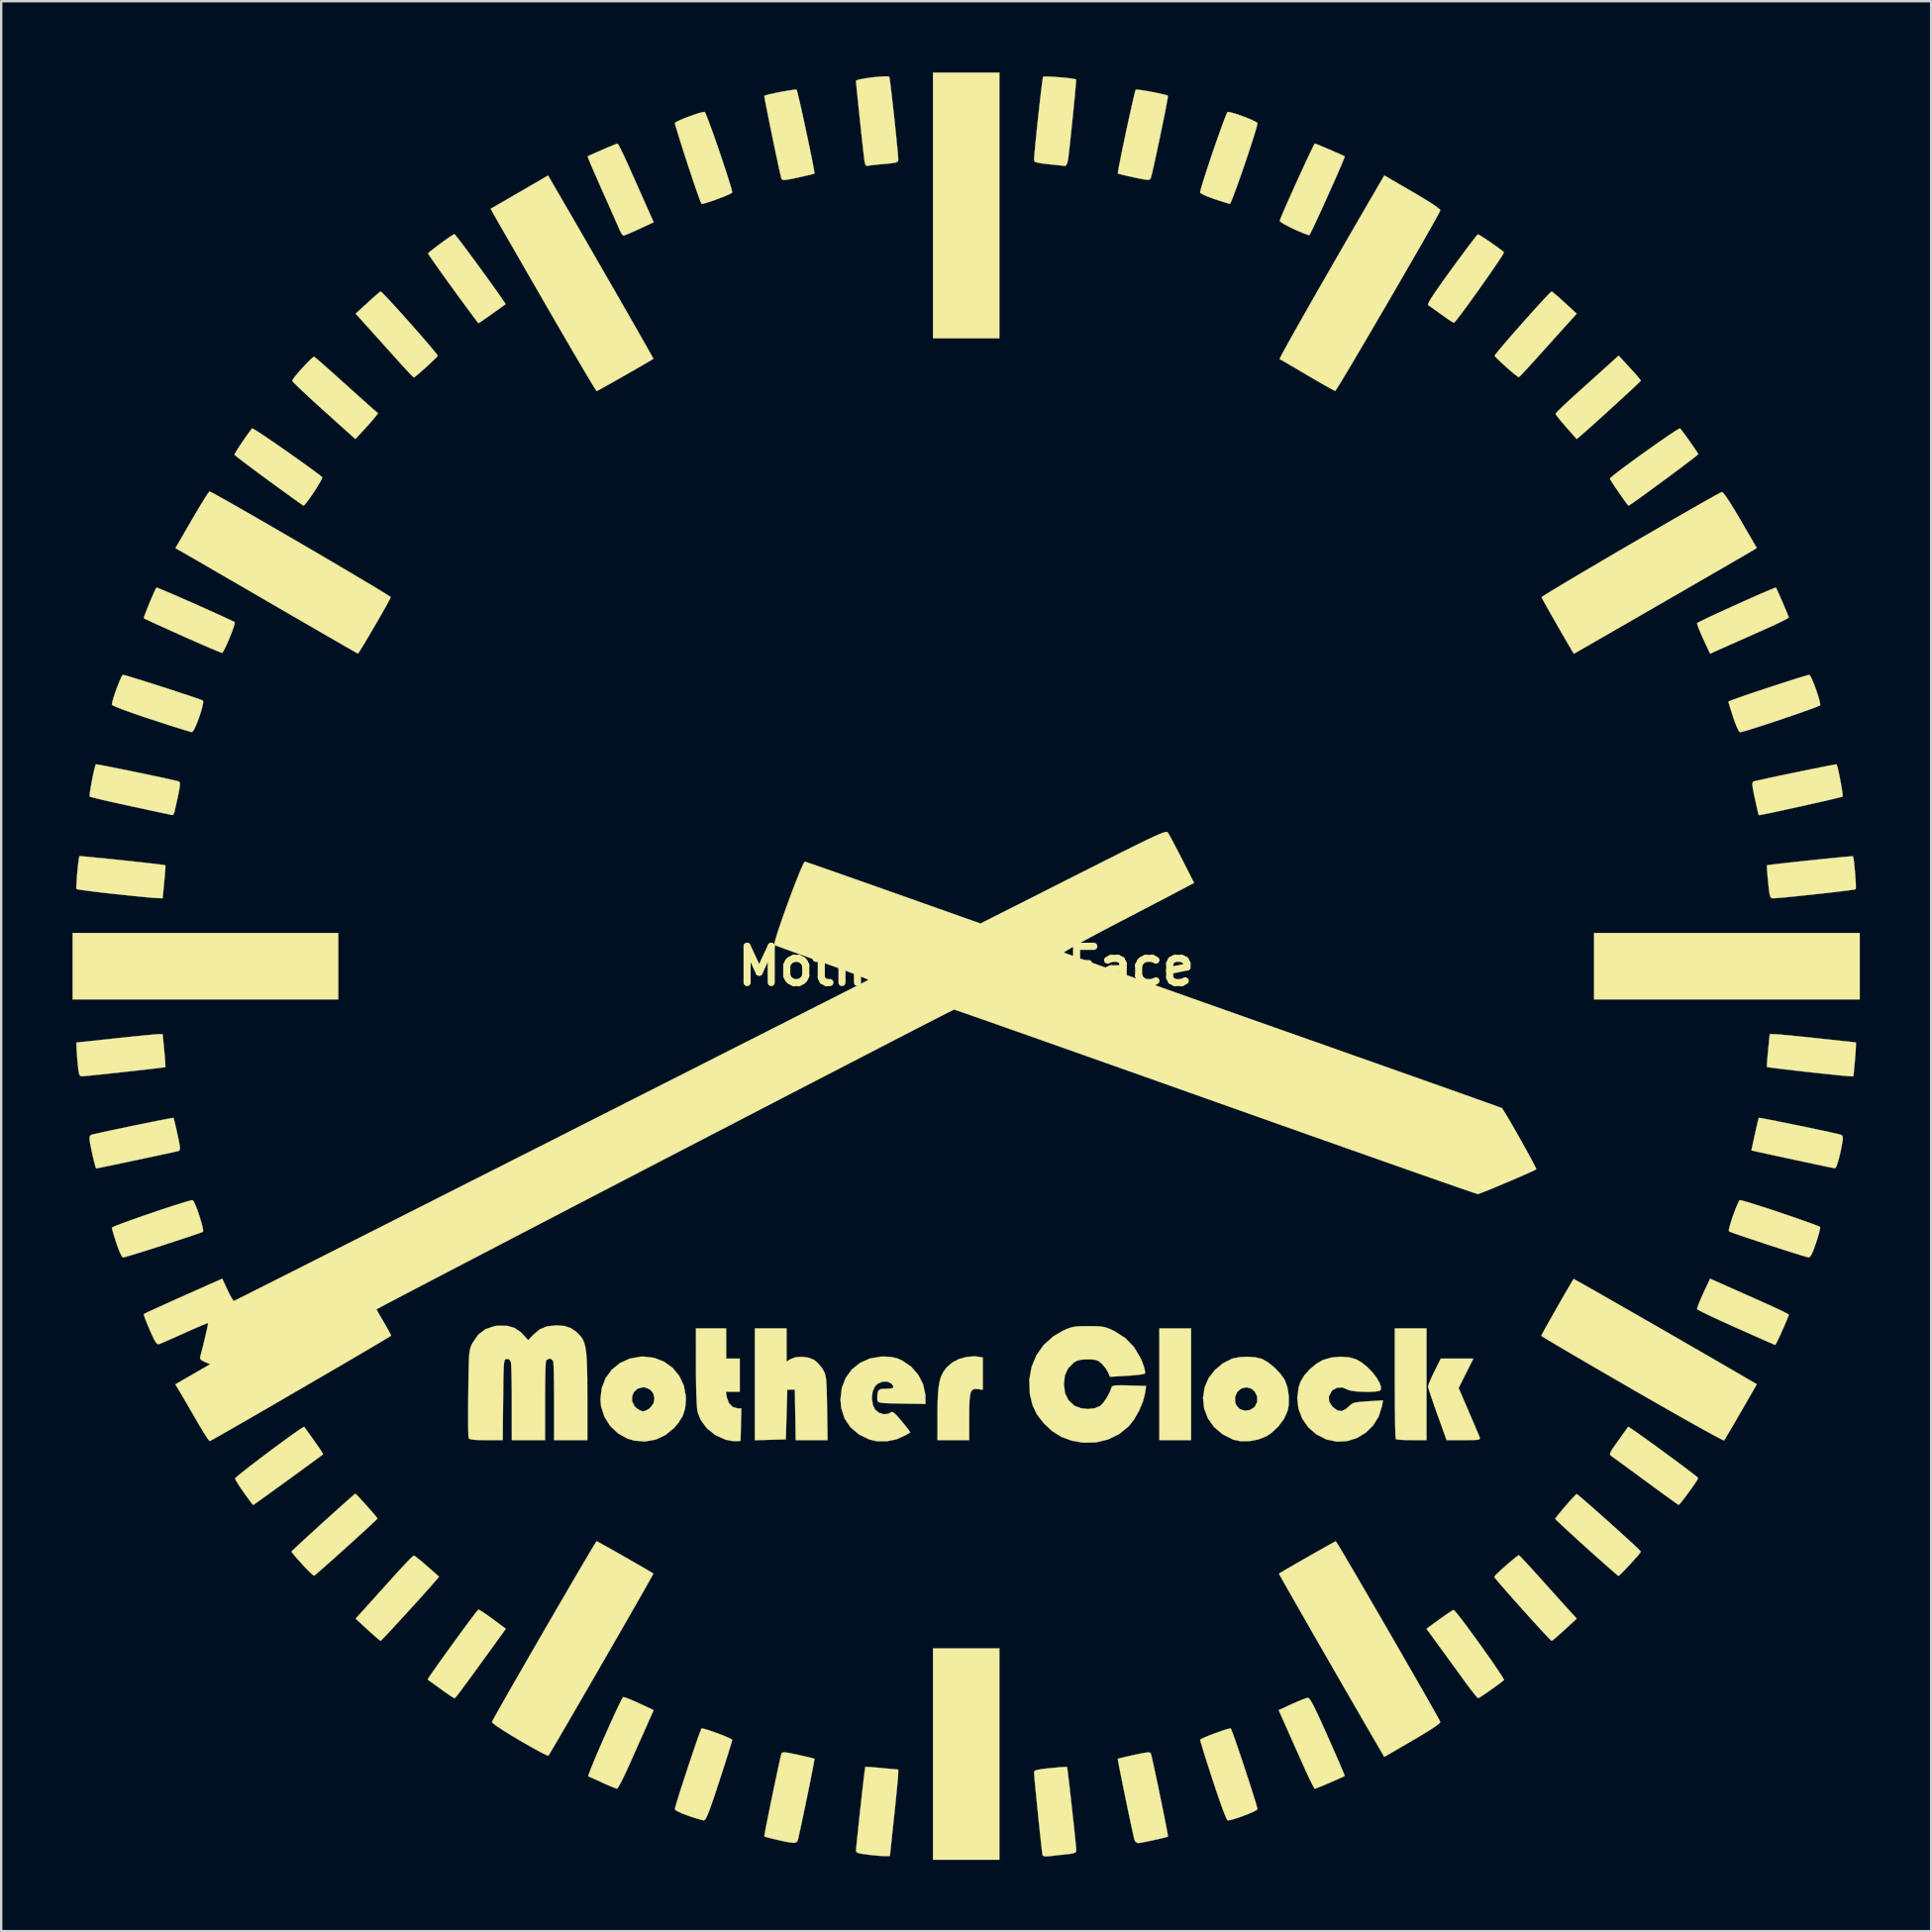
<source format=kicad_pcb>
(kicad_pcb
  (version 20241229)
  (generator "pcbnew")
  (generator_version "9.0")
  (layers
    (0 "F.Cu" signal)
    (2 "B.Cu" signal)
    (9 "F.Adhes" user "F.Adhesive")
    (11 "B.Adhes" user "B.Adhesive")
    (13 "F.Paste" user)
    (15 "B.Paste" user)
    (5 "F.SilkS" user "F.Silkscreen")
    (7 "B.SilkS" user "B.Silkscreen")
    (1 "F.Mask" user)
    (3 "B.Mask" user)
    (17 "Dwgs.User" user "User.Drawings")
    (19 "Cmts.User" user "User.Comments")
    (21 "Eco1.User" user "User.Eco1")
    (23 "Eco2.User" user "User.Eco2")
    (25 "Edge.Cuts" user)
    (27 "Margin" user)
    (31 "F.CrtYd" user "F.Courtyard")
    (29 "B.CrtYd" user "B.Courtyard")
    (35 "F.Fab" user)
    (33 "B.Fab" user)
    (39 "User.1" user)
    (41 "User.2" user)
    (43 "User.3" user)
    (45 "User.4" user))
  (footprint "MotherClockFace"
    (layer "F.Cu")
    (at 37.597 37.597)
    (property "Reference" "MotherClockFace" (at 0 0 0) (layer "F.SilkS") (effects (font (size 1.524 1.524) (thickness 0.3))))
    (attr through_hole)
    (fp_poly (pts (xy -26.416 1.397) (xy -37.592 1.397) (xy -37.592 -1.397) (xy -26.416 -1.397) (xy -26.416 1.397)) (stroke (width 0.01) (type solid)) (fill yes) (layer "F.SilkS"))
    (fp_poly (pts (xy 1.397 -26.416) (xy -1.397 -26.416) (xy -1.397 -37.592) (xy 1.397 -37.592) (xy 1.397 -26.416)) (stroke (width 0.01) (type solid)) (fill yes) (layer "F.SilkS"))
    (fp_poly (pts (xy 1.397 37.592) (xy -1.397 37.592) (xy -1.397 28.702) (xy 1.397 28.702) (xy 1.397 37.592)) (stroke (width 0.01) (type solid)) (fill yes) (layer "F.SilkS"))
    (fp_poly (pts (xy 9.461 19.939) (xy 8.128 19.939) (xy 8.128 15.24) (xy 9.461 15.24) (xy 9.461 19.939)) (stroke (width 0.01) (type solid)) (fill yes) (layer "F.SilkS"))
    (fp_poly (pts (xy 37.592 1.397) (xy 26.416 1.397) (xy 26.416 -1.397) (xy 37.592 -1.397) (xy 37.592 1.397)) (stroke (width 0.01) (type solid)) (fill yes) (layer "F.SilkS"))
    (fp_poly (pts (xy 19.367 19.939) (xy 18.743 19.939) (xy 18.473 19.935) (xy 18.253 19.924) (xy 18.111 19.908) (xy 18.076 19.897) (xy 18.067 19.826) (xy 18.058 19.642) (xy 18.05 19.36) (xy 18.043 18.995) (xy 18.038 18.56) (xy 18.035 18.071) (xy 18.034 17.547) (xy 18.034 15.24) (xy 19.367 15.24) (xy 19.367 19.939)) (stroke (width 0.01) (type solid)) (fill yes) (layer "F.SilkS"))
    (fp_poly (pts (xy -7.556 16.64) (xy -7.398 16.536) (xy -7.177 16.453) (xy -6.899 16.433) (xy -6.616 16.474) (xy -6.399 16.563) (xy -6.235 16.701) (xy -6.077 16.893) (xy -6.03 16.967) (xy -5.978 17.063) (xy -5.939 17.158) (xy -5.91 17.271) (xy -5.889 17.421) (xy -5.875 17.627) (xy -5.865 17.91) (xy -5.857 18.288) (xy -5.852 18.59) (xy -5.831 19.939) (xy -7.172 19.939) (xy -7.207 17.812) (xy -7.525 17.812) (xy -7.588 19.907) (xy -8.89 19.943) (xy -8.89 15.24) (xy -7.556 15.24) (xy -7.556 16.64)) (stroke (width 0.01) (type solid)) (fill yes) (layer "F.SilkS"))
    (fp_poly (pts (xy 0.467 16.426) (xy 0.699 16.463) (xy 0.699 17.822) (xy 0.498 17.792) (xy 0.369 17.784) (xy 0.275 17.813) (xy 0.208 17.894) (xy 0.165 18.043) (xy 0.14 18.275) (xy 0.129 18.605) (xy 0.127 18.967) (xy 0.127 19.939) (xy -1.206 19.939) (xy -1.206 18.838) (xy -1.2 18.302) (xy -1.177 17.874) (xy -1.131 17.535) (xy -1.058 17.267) (xy -0.952 17.052) (xy -0.807 16.87) (xy -0.618 16.704) (xy -0.563 16.663) (xy -0.301 16.527) (xy 0.022 16.439) (xy 0.346 16.414) (xy 0.467 16.426)) (stroke (width 0.01) (type solid)) (fill yes) (layer "F.SilkS"))
    (fp_poly (pts (xy -10.097 16.51) (xy -9.525 16.51) (xy -9.525 17.907) (xy -10.111 17.907) (xy -10.069 18.145) (xy -9.978 18.386) (xy -9.819 18.547) (xy -9.612 18.605) (xy -9.611 18.605) (xy -9.457 18.605) (xy -9.493 19.971) (xy -9.684 19.984) (xy -9.866 19.972) (xy -10.087 19.928) (xy -10.149 19.91) (xy -10.565 19.719) (xy -10.91 19.44) (xy -11.166 19.092) (xy -11.297 18.764) (xy -11.318 18.62) (xy -11.336 18.365) (xy -11.351 18.015) (xy -11.361 17.586) (xy -11.366 17.095) (xy -11.366 16.875) (xy -11.367 15.24) (xy -10.097 15.24) (xy -10.097 16.51)) (stroke (width 0.01) (type solid)) (fill yes) (layer "F.SilkS"))
    (fp_poly (pts (xy 21.027 17.129) (xy 20.717 17.748) (xy 21.141 18.733) (xy 21.284 19.067) (xy 21.412 19.366) (xy 21.515 19.608) (xy 21.584 19.772) (xy 21.607 19.828) (xy 21.615 19.876) (xy 21.584 19.908) (xy 21.492 19.927) (xy 21.319 19.936) (xy 21.047 19.939) (xy 20.931 19.939) (xy 20.212 19.939) (xy 19.821 18.855) (xy 19.696 18.502) (xy 19.588 18.188) (xy 19.503 17.932) (xy 19.448 17.755) (xy 19.431 17.681) (xy 19.458 17.588) (xy 19.53 17.412) (xy 19.635 17.183) (xy 19.699 17.051) (xy 19.967 16.51) (xy 21.337 16.51) (xy 21.027 17.129)) (stroke (width 0.01) (type solid)) (fill yes) (layer "F.SilkS"))
    (fp_poly (pts (xy 34.032 2.862) (xy 34.157 2.87) (xy 34.388 2.889) (xy 34.704 2.92) (xy 35.087 2.958) (xy 35.514 3.002) (xy 35.846 3.038) (xy 37.433 3.209) (xy 37.427 3.43) (xy 37.418 3.603) (xy 37.399 3.851) (xy 37.376 4.123) (xy 37.374 4.143) (xy 37.327 4.636) (xy 37.126 4.627) (xy 37.009 4.618) (xy 36.785 4.597) (xy 36.475 4.565) (xy 36.097 4.526) (xy 35.671 4.48) (xy 35.315 4.441) (xy 34.878 4.392) (xy 34.485 4.346) (xy 34.152 4.306) (xy 33.897 4.274) (xy 33.737 4.252) (xy 33.688 4.242) (xy 33.687 4.175) (xy 33.698 4.008) (xy 33.717 3.769) (xy 33.739 3.54) (xy 33.806 2.857) (xy 34.032 2.862)) (stroke (width 0.01) (type solid)) (fill yes) (layer "F.SilkS"))
    (fp_poly (pts (xy -23.17 24.836) (xy -23.03 24.944) (xy -22.84 25.101) (xy -22.679 25.241) (xy -22.176 25.685) (xy -22.312 25.845) (xy -22.449 26.004) (xy -22.641 26.221) (xy -22.874 26.482) (xy -23.135 26.771) (xy -23.411 27.074) (xy -23.687 27.377) (xy -23.952 27.665) (xy -24.191 27.924) (xy -24.391 28.138) (xy -24.539 28.293) (xy -24.621 28.375) (xy -24.633 28.384) (xy -24.693 28.344) (xy -24.824 28.234) (xy -25.007 28.073) (xy -25.179 27.917) (xy -25.686 27.45) (xy -25.204 26.917) (xy -24.985 26.675) (xy -24.712 26.372) (xy -24.412 26.039) (xy -24.117 25.711) (xy -24.009 25.59) (xy -23.769 25.328) (xy -23.557 25.102) (xy -23.388 24.928) (xy -23.276 24.822) (xy -23.239 24.797) (xy -23.17 24.836)) (stroke (width 0.01) (type solid)) (fill yes) (layer "F.SilkS"))
    (fp_poly (pts (xy 27.917 -25.179) (xy 28.107 -24.97) (xy 28.26 -24.795) (xy 28.358 -24.675) (xy 28.384 -24.633) (xy 28.34 -24.584) (xy 28.215 -24.464) (xy 28.025 -24.285) (xy 27.784 -24.062) (xy 27.508 -23.807) (xy 27.209 -23.534) (xy 26.904 -23.256) (xy 26.607 -22.987) (xy 26.332 -22.74) (xy 26.094 -22.528) (xy 25.908 -22.365) (xy 25.845 -22.312) (xy 25.685 -22.176) (xy 25.241 -22.679) (xy 25.058 -22.891) (xy 24.911 -23.071) (xy 24.819 -23.195) (xy 24.797 -23.239) (xy 24.842 -23.298) (xy 24.966 -23.426) (xy 25.155 -23.608) (xy 25.392 -23.829) (xy 25.59 -24.009) (xy 25.908 -24.294) (xy 26.243 -24.596) (xy 26.561 -24.883) (xy 26.831 -25.127) (xy 26.917 -25.204) (xy 27.45 -25.686) (xy 27.917 -25.179)) (stroke (width 0.01) (type solid)) (fill yes) (layer "F.SilkS"))
    (fp_poly (pts (xy -33.739 3.54) (xy -33.713 3.82) (xy -33.696 4.048) (xy -33.689 4.199) (xy -33.691 4.246) (xy -33.756 4.257) (xy -33.927 4.279) (xy -34.185 4.311) (xy -34.511 4.348) (xy -34.884 4.391) (xy -35.285 4.435) (xy -35.695 4.48) (xy -36.094 4.523) (xy -36.462 4.562) (xy -36.779 4.594) (xy -37.027 4.618) (xy -37.184 4.631) (xy -37.221 4.633) (xy -37.278 4.611) (xy -37.319 4.528) (xy -37.35 4.359) (xy -37.374 4.143) (xy -37.398 3.873) (xy -37.416 3.622) (xy -37.427 3.442) (xy -37.427 3.432) (xy -37.433 3.213) (xy -35.814 3.04) (xy -35.364 2.992) (xy -34.946 2.949) (xy -34.581 2.913) (xy -34.287 2.885) (xy -34.084 2.867) (xy -34 2.862) (xy -33.806 2.857) (xy -33.739 3.54)) (stroke (width 0.01) (type solid)) (fill yes) (layer "F.SilkS"))
    (fp_poly (pts (xy -27.372 -25.595) (xy -27.232 -25.476) (xy -27.025 -25.295) (xy -26.765 -25.064) (xy -26.465 -24.797) (xy -26.248 -24.601) (xy -25.919 -24.305) (xy -25.611 -24.029) (xy -25.341 -23.787) (xy -25.124 -23.593) (xy -24.976 -23.462) (xy -24.928 -23.419) (xy -24.742 -23.259) (xy -24.874 -23.091) (xy -24.982 -22.962) (xy -25.144 -22.777) (xy -25.328 -22.575) (xy -25.352 -22.549) (xy -25.697 -22.177) (xy -27.025 -23.37) (xy -27.369 -23.681) (xy -27.68 -23.967) (xy -27.946 -24.216) (xy -28.154 -24.417) (xy -28.294 -24.558) (xy -28.352 -24.627) (xy -28.353 -24.631) (xy -28.313 -24.706) (xy -28.208 -24.844) (xy -28.059 -25.019) (xy -27.888 -25.209) (xy -27.718 -25.39) (xy -27.57 -25.537) (xy -27.466 -25.626) (xy -27.431 -25.641) (xy -27.372 -25.595)) (stroke (width 0.01) (type solid)) (fill yes) (layer "F.SilkS"))
    (fp_poly (pts (xy -4.009 33.696) (xy -3.769 33.715) (xy -3.54 33.736) (xy -2.857 33.802) (xy -2.861 33.998) (xy -2.869 34.114) (xy -2.888 34.337) (xy -2.917 34.646) (xy -2.955 35.024) (xy -2.998 35.45) (xy -3.037 35.814) (xy -3.209 37.433) (xy -3.366 37.441) (xy -3.501 37.438) (xy -3.721 37.422) (xy -3.986 37.396) (xy -4.08 37.386) (xy -4.355 37.35) (xy -4.525 37.315) (xy -4.611 37.273) (xy -4.634 37.219) (xy -4.626 37.115) (xy -4.607 36.912) (xy -4.578 36.628) (xy -4.542 36.284) (xy -4.501 35.899) (xy -4.457 35.492) (xy -4.411 35.084) (xy -4.367 34.694) (xy -4.327 34.342) (xy -4.292 34.047) (xy -4.265 33.829) (xy -4.248 33.707) (xy -4.243 33.688) (xy -4.176 33.687) (xy -4.009 33.696)) (stroke (width 0.01) (type solid)) (fill yes) (layer "F.SilkS"))
    (fp_poly (pts (xy 20.563 27.132) (xy 20.677 27.268) (xy 20.839 27.477) (xy 21.039 27.741) (xy 21.263 28.046) (xy 21.503 28.375) (xy 21.745 28.713) (xy 21.979 29.043) (xy 22.193 29.351) (xy 22.376 29.619) (xy 22.517 29.833) (xy 22.604 29.977) (xy 22.626 30.035) (xy 22.514 30.124) (xy 22.343 30.252) (xy 22.14 30.398) (xy 21.93 30.545) (xy 21.743 30.673) (xy 21.603 30.764) (xy 21.54 30.797) (xy 21.487 30.749) (xy 21.374 30.614) (xy 21.216 30.412) (xy 21.027 30.16) (xy 20.925 30.02) (xy 20.671 29.669) (xy 20.388 29.28) (xy 20.112 28.899) (xy 19.874 28.573) (xy 19.863 28.559) (xy 19.365 27.875) (xy 19.91 27.479) (xy 20.139 27.316) (xy 20.331 27.186) (xy 20.463 27.103) (xy 20.508 27.083) (xy 20.563 27.132)) (stroke (width 0.01) (type solid)) (fill yes) (layer "F.SilkS"))
    (fp_poly (pts (xy -24.576 -28.339) (xy -24.45 -28.213) (xy -24.268 -28.02) (xy -24.043 -27.776) (xy -23.789 -27.495) (xy -23.517 -27.191) (xy -23.241 -26.88) (xy -22.974 -26.577) (xy -22.73 -26.295) (xy -22.52 -26.049) (xy -22.359 -25.855) (xy -22.258 -25.726) (xy -22.231 -25.679) (xy -22.287 -25.613) (xy -22.412 -25.489) (xy -22.581 -25.329) (xy -22.769 -25.156) (xy -22.954 -24.992) (xy -23.109 -24.859) (xy -23.211 -24.779) (xy -23.235 -24.765) (xy -23.288 -24.811) (xy -23.41 -24.935) (xy -23.586 -25.122) (xy -23.8 -25.355) (xy -23.939 -25.511) (xy -24.227 -25.832) (xy -24.541 -26.181) (xy -24.846 -26.52) (xy -25.107 -26.81) (xy -25.146 -26.853) (xy -25.685 -27.45) (xy -25.178 -27.917) (xy -24.969 -28.107) (xy -24.794 -28.26) (xy -24.675 -28.358) (xy -24.632 -28.384) (xy -24.576 -28.339)) (stroke (width 0.01) (type solid)) (fill yes) (layer "F.SilkS"))
    (fp_poly (pts (xy -20.456 27.097) (xy -20.312 27.188) (xy -20.113 27.326) (xy -19.922 27.464) (xy -19.366 27.877) (xy -20.044 28.813) (xy -20.412 29.32) (xy -20.712 29.734) (xy -20.952 30.063) (xy -21.139 30.317) (xy -21.279 30.506) (xy -21.38 30.639) (xy -21.449 30.725) (xy -21.493 30.774) (xy -21.518 30.795) (xy -21.528 30.797) (xy -21.594 30.763) (xy -21.739 30.668) (xy -21.939 30.53) (xy -22.101 30.414) (xy -22.324 30.253) (xy -22.505 30.121) (xy -22.622 30.034) (xy -22.654 30.009) (xy -22.624 29.955) (xy -22.53 29.814) (xy -22.383 29.602) (xy -22.195 29.336) (xy -21.977 29.031) (xy -21.74 28.702) (xy -21.496 28.365) (xy -21.257 28.037) (xy -21.033 27.733) (xy -20.836 27.468) (xy -20.677 27.258) (xy -20.568 27.119) (xy -20.521 27.067) (xy -20.456 27.097)) (stroke (width 0.01) (type solid)) (fill yes) (layer "F.SilkS"))
    (fp_poly (pts (xy 24.692 -28.344) (xy 24.824 -28.234) (xy 25.007 -28.073) (xy 25.179 -27.917) (xy 25.686 -27.45) (xy 25.204 -26.917) (xy 24.985 -26.675) (xy 24.712 -26.371) (xy 24.413 -26.039) (xy 24.117 -25.711) (xy 24.01 -25.59) (xy 23.771 -25.327) (xy 23.561 -25.098) (xy 23.395 -24.92) (xy 23.287 -24.81) (xy 23.253 -24.781) (xy 23.19 -24.814) (xy 23.056 -24.916) (xy 22.873 -25.069) (xy 22.732 -25.194) (xy 22.529 -25.379) (xy 22.364 -25.536) (xy 22.259 -25.643) (xy 22.233 -25.677) (xy 22.268 -25.734) (xy 22.376 -25.871) (xy 22.543 -26.072) (xy 22.757 -26.322) (xy 23.005 -26.607) (xy 23.273 -26.913) (xy 23.549 -27.224) (xy 23.819 -27.526) (xy 24.071 -27.804) (xy 24.291 -28.044) (xy 24.467 -28.23) (xy 24.585 -28.348) (xy 24.631 -28.384) (xy 24.692 -28.344)) (stroke (width 0.01) (type solid)) (fill yes) (layer "F.SilkS"))
    (fp_poly (pts (xy 34.104 -15.855) (xy 34.175 -15.699) (xy 34.268 -15.488) (xy 34.37 -15.252) (xy 34.468 -15.022) (xy 34.548 -14.828) (xy 34.598 -14.701) (xy 34.608 -14.668) (xy 34.552 -14.628) (xy 34.4 -14.547) (xy 34.169 -14.434) (xy 33.88 -14.298) (xy 33.639 -14.19) (xy 33.246 -14.015) (xy 32.828 -13.828) (xy 32.426 -13.65) (xy 32.084 -13.497) (xy 31.984 -13.453) (xy 31.297 -13.147) (xy 31.013 -13.758) (xy 30.898 -14.015) (xy 30.81 -14.23) (xy 30.758 -14.378) (xy 30.749 -14.428) (xy 30.808 -14.465) (xy 30.965 -14.545) (xy 31.202 -14.659) (xy 31.501 -14.799) (xy 31.845 -14.958) (xy 32.216 -15.127) (xy 32.595 -15.298) (xy 32.966 -15.464) (xy 33.31 -15.616) (xy 33.61 -15.746) (xy 33.848 -15.846) (xy 34.006 -15.909) (xy 34.067 -15.926) (xy 34.104 -15.855)) (stroke (width 0.01) (type solid)) (fill yes) (layer "F.SilkS"))
    (fp_poly (pts (xy -14.35 30.766) (xy -14.183 30.828) (xy -13.955 30.924) (xy -13.758 31.013) (xy -13.147 31.297) (xy -13.453 31.984) (xy -13.591 32.295) (xy -13.763 32.68) (xy -13.948 33.097) (xy -14.13 33.504) (xy -14.19 33.639) (xy -14.337 33.96) (xy -14.471 34.236) (xy -14.582 34.446) (xy -14.661 34.574) (xy -14.692 34.603) (xy -14.778 34.575) (xy -14.95 34.506) (xy -15.177 34.408) (xy -15.303 34.35) (xy -15.545 34.24) (xy -15.743 34.151) (xy -15.869 34.095) (xy -15.897 34.083) (xy -15.886 34.023) (xy -15.829 33.866) (xy -15.735 33.628) (xy -15.611 33.329) (xy -15.465 32.985) (xy -15.304 32.613) (xy -15.136 32.233) (xy -14.97 31.862) (xy -14.813 31.516) (xy -14.672 31.214) (xy -14.556 30.974) (xy -14.472 30.813) (xy -14.429 30.749) (xy -14.428 30.749) (xy -14.35 30.766)) (stroke (width 0.01) (type solid)) (fill yes) (layer "F.SilkS"))
    (fp_poly (pts (xy 23.308 24.831) (xy 23.433 24.96) (xy 23.612 25.153) (xy 23.83 25.392) (xy 24.01 25.59) (xy 24.295 25.908) (xy 24.596 26.243) (xy 24.883 26.562) (xy 25.127 26.832) (xy 25.204 26.917) (xy 25.686 27.45) (xy 25.179 27.917) (xy 24.969 28.107) (xy 24.794 28.26) (xy 24.674 28.358) (xy 24.631 28.384) (xy 24.58 28.339) (xy 24.455 28.211) (xy 24.268 28.012) (xy 24.03 27.754) (xy 23.753 27.449) (xy 23.446 27.109) (xy 23.4 27.058) (xy 23.092 26.713) (xy 22.814 26.399) (xy 22.577 26.127) (xy 22.391 25.911) (xy 22.268 25.762) (xy 22.217 25.694) (xy 22.216 25.692) (xy 22.265 25.63) (xy 22.385 25.51) (xy 22.552 25.355) (xy 22.743 25.185) (xy 22.933 25.022) (xy 23.098 24.886) (xy 23.213 24.8) (xy 23.253 24.781) (xy 23.308 24.831)) (stroke (width 0.01) (type solid)) (fill yes) (layer "F.SilkS"))
    (fp_poly (pts (xy 31.984 13.453) (xy 32.295 13.591) (xy 32.68 13.763) (xy 33.097 13.948) (xy 33.504 14.13) (xy 33.639 14.19) (xy 33.96 14.335) (xy 34.236 14.464) (xy 34.448 14.568) (xy 34.577 14.637) (xy 34.608 14.661) (xy 34.584 14.739) (xy 34.521 14.899) (xy 34.431 15.11) (xy 34.328 15.344) (xy 34.224 15.572) (xy 34.132 15.766) (xy 34.065 15.896) (xy 34.038 15.935) (xy 33.973 15.909) (xy 33.808 15.838) (xy 33.557 15.729) (xy 33.235 15.587) (xy 32.858 15.419) (xy 32.441 15.233) (xy 32.386 15.209) (xy 31.965 15.019) (xy 31.583 14.844) (xy 31.256 14.69) (xy 30.998 14.565) (xy 30.825 14.476) (xy 30.751 14.43) (xy 30.749 14.428) (xy 30.766 14.35) (xy 30.828 14.183) (xy 30.924 13.955) (xy 31.013 13.758) (xy 31.297 13.147) (xy 31.984 13.453)) (stroke (width 0.01) (type solid)) (fill yes) (layer "F.SilkS"))
    (fp_poly (pts (xy -37.24 -4.624) (xy -37.068 -4.611) (xy -36.808 -4.587) (xy -36.481 -4.555) (xy -36.106 -4.518) (xy -35.701 -4.476) (xy -35.287 -4.432) (xy -34.882 -4.389) (xy -34.507 -4.347) (xy -34.181 -4.31) (xy -33.923 -4.279) (xy -33.753 -4.256) (xy -33.689 -4.243) (xy -33.688 -4.176) (xy -33.698 -4.009) (xy -33.717 -3.769) (xy -33.739 -3.54) (xy -33.806 -2.857) (xy -34.064 -2.866) (xy -34.199 -2.875) (xy -34.439 -2.896) (xy -34.764 -2.927) (xy -35.15 -2.966) (xy -35.579 -3.011) (xy -35.857 -3.041) (xy -36.285 -3.088) (xy -36.67 -3.134) (xy -36.994 -3.175) (xy -37.24 -3.209) (xy -37.39 -3.234) (xy -37.429 -3.245) (xy -37.436 -3.316) (xy -37.43 -3.481) (xy -37.415 -3.707) (xy -37.393 -3.963) (xy -37.368 -4.215) (xy -37.342 -4.43) (xy -37.319 -4.578) (xy -37.305 -4.625) (xy -37.24 -4.624)) (stroke (width 0.01) (type solid)) (fill yes) (layer "F.SilkS"))
    (fp_poly (pts (xy -14.628 -34.552) (xy -14.547 -34.4) (xy -14.434 -34.169) (xy -14.298 -33.88) (xy -14.19 -33.639) (xy -14.015 -33.246) (xy -13.828 -32.828) (xy -13.65 -32.426) (xy -13.497 -32.084) (xy -13.453 -31.984) (xy -13.147 -31.297) (xy -13.753 -31.015) (xy -14.009 -30.899) (xy -14.224 -30.806) (xy -14.37 -30.748) (xy -14.418 -30.734) (xy -14.479 -30.787) (xy -14.553 -30.915) (xy -14.564 -30.94) (xy -14.614 -31.055) (xy -14.707 -31.267) (xy -14.836 -31.557) (xy -14.991 -31.908) (xy -15.165 -32.301) (xy -15.298 -32.599) (xy -15.474 -32.997) (xy -15.63 -33.354) (xy -15.76 -33.655) (xy -15.857 -33.885) (xy -15.913 -34.027) (xy -15.926 -34.067) (xy -15.855 -34.104) (xy -15.699 -34.175) (xy -15.488 -34.268) (xy -15.252 -34.37) (xy -15.022 -34.468) (xy -14.828 -34.548) (xy -14.701 -34.598) (xy -14.668 -34.608) (xy -14.628 -34.552)) (stroke (width 0.01) (type solid)) (fill yes) (layer "F.SilkS"))
    (fp_poly (pts (xy 14.41 30.795) (xy 14.467 30.858) (xy 14.544 30.981) (xy 14.646 31.175) (xy 14.778 31.449) (xy 14.947 31.815) (xy 15.158 32.285) (xy 15.213 32.408) (xy 15.401 32.832) (xy 15.57 33.216) (xy 15.713 33.547) (xy 15.824 33.808) (xy 15.897 33.985) (xy 15.926 34.064) (xy 15.926 34.067) (xy 15.855 34.104) (xy 15.699 34.175) (xy 15.488 34.268) (xy 15.252 34.37) (xy 15.022 34.468) (xy 14.828 34.548) (xy 14.701 34.598) (xy 14.668 34.608) (xy 14.628 34.552) (xy 14.547 34.4) (xy 14.434 34.169) (xy 14.298 33.88) (xy 14.19 33.639) (xy 14.015 33.246) (xy 13.828 32.828) (xy 13.65 32.427) (xy 13.498 32.084) (xy 13.453 31.985) (xy 13.148 31.298) (xy 13.699 31.045) (xy 13.951 30.933) (xy 14.17 30.843) (xy 14.323 30.789) (xy 14.366 30.779) (xy 14.41 30.795)) (stroke (width 0.01) (type solid)) (fill yes) (layer "F.SilkS"))
    (fp_poly (pts (xy 33.413 6.388) (xy 33.582 6.418) (xy 33.836 6.467) (xy 34.157 6.53) (xy 34.523 6.604) (xy 34.917 6.684) (xy 35.319 6.767) (xy 35.709 6.849) (xy 36.068 6.925) (xy 36.376 6.992) (xy 36.615 7.045) (xy 36.764 7.082) (xy 36.789 7.089) (xy 36.866 7.137) (xy 36.884 7.241) (xy 36.871 7.357) (xy 36.812 7.682) (xy 36.745 7.983) (xy 36.677 8.235) (xy 36.615 8.415) (xy 36.564 8.5) (xy 36.553 8.504) (xy 36.474 8.489) (xy 36.287 8.452) (xy 36.012 8.395) (xy 35.665 8.321) (xy 35.263 8.236) (xy 34.893 8.157) (xy 34.455 8.062) (xy 34.052 7.975) (xy 33.704 7.899) (xy 33.428 7.839) (xy 33.242 7.798) (xy 33.171 7.782) (xy 33.036 7.749) (xy 33.181 7.076) (xy 33.242 6.801) (xy 33.295 6.576) (xy 33.333 6.427) (xy 33.349 6.381) (xy 33.413 6.388)) (stroke (width 0.01) (type solid)) (fill yes) (layer "F.SilkS"))
    (fp_poly (pts (xy -27.85 19.379) (xy -27.56 19.781) (xy -27.341 20.09) (xy -27.188 20.312) (xy -27.095 20.455) (xy -27.058 20.527) (xy -27.058 20.538) (xy -27.118 20.584) (xy -27.263 20.692) (xy -27.478 20.849) (xy -27.747 21.046) (xy -28.054 21.27) (xy -28.384 21.51) (xy -28.72 21.754) (xy -29.048 21.991) (xy -29.35 22.209) (xy -29.612 22.398) (xy -29.817 22.545) (xy -29.95 22.639) (xy -29.995 22.669) (xy -30.037 22.621) (xy -30.136 22.492) (xy -30.275 22.302) (xy -30.382 22.155) (xy -30.539 21.928) (xy -30.665 21.733) (xy -30.742 21.598) (xy -30.758 21.556) (xy -30.711 21.504) (xy -30.578 21.39) (xy -30.374 21.226) (xy -30.115 21.024) (xy -29.816 20.794) (xy -29.492 20.549) (xy -29.16 20.3) (xy -28.834 20.059) (xy -28.531 19.838) (xy -28.265 19.647) (xy -28.053 19.5) (xy -27.909 19.406) (xy -27.85 19.378) (xy -27.85 19.379)) (stroke (width 0.01) (type solid)) (fill yes) (layer "F.SilkS"))
    (fp_poly (pts (xy 30.125 -22.514) (xy 30.253 -22.342) (xy 30.4 -22.138) (xy 30.547 -21.928) (xy 30.675 -21.74) (xy 30.765 -21.602) (xy 30.797 -21.539) (xy 30.749 -21.493) (xy 30.613 -21.385) (xy 30.405 -21.226) (xy 30.142 -21.026) (xy 29.839 -20.799) (xy 29.512 -20.556) (xy 29.176 -20.308) (xy 28.847 -20.067) (xy 28.541 -19.844) (xy 28.274 -19.651) (xy 28.061 -19.5) (xy 27.918 -19.403) (xy 27.862 -19.37) (xy 27.821 -19.419) (xy 27.723 -19.552) (xy 27.585 -19.745) (xy 27.464 -19.919) (xy 27.306 -20.149) (xy 27.181 -20.341) (xy 27.102 -20.471) (xy 27.083 -20.514) (xy 27.132 -20.567) (xy 27.269 -20.681) (xy 27.477 -20.842) (xy 27.742 -21.041) (xy 28.047 -21.265) (xy 28.376 -21.504) (xy 28.714 -21.745) (xy 29.044 -21.979) (xy 29.352 -22.193) (xy 29.62 -22.376) (xy 29.834 -22.516) (xy 29.978 -22.603) (xy 30.035 -22.626) (xy 30.125 -22.514)) (stroke (width 0.01) (type solid)) (fill yes) (layer "F.SilkS"))
    (fp_poly (pts (xy 32.65 9.862) (xy 32.842 9.916) (xy 33.112 9.999) (xy 33.44 10.103) (xy 33.809 10.223) (xy 34.197 10.352) (xy 34.588 10.484) (xy 34.962 10.613) (xy 35.3 10.732) (xy 35.583 10.834) (xy 35.793 10.914) (xy 35.91 10.966) (xy 35.928 10.978) (xy 35.919 11.065) (xy 35.876 11.243) (xy 35.806 11.481) (xy 35.751 11.652) (xy 35.645 11.949) (xy 35.562 12.137) (xy 35.492 12.232) (xy 35.444 12.251) (xy 35.357 12.231) (xy 35.167 12.175) (xy 34.89 12.091) (xy 34.544 11.982) (xy 34.145 11.854) (xy 33.731 11.719) (xy 33.303 11.577) (xy 32.915 11.447) (xy 32.583 11.335) (xy 32.325 11.245) (xy 32.155 11.184) (xy 32.09 11.156) (xy 32.09 11.08) (xy 32.128 10.918) (xy 32.193 10.701) (xy 32.275 10.458) (xy 32.364 10.221) (xy 32.448 10.019) (xy 32.516 9.884) (xy 32.554 9.842) (xy 32.65 9.862)) (stroke (width 0.01) (type solid)) (fill yes) (layer "F.SilkS"))
    (fp_poly (pts (xy -35.393 -12.238) (xy -35.211 -12.186) (xy -34.948 -12.106) (xy -34.623 -12.005) (xy -34.256 -11.889) (xy -33.866 -11.764) (xy -33.472 -11.637) (xy -33.094 -11.513) (xy -32.751 -11.4) (xy -32.463 -11.303) (xy -32.249 -11.228) (xy -32.128 -11.181) (xy -32.109 -11.172) (xy -32.099 -11.09) (xy -32.13 -10.924) (xy -32.191 -10.703) (xy -32.272 -10.459) (xy -32.362 -10.221) (xy -32.45 -10.019) (xy -32.527 -9.885) (xy -32.573 -9.847) (xy -32.657 -9.867) (xy -32.845 -9.923) (xy -33.12 -10.007) (xy -33.466 -10.116) (xy -33.865 -10.245) (xy -34.3 -10.387) (xy -34.306 -10.389) (xy -34.769 -10.543) (xy -35.173 -10.684) (xy -35.504 -10.805) (xy -35.751 -10.903) (xy -35.901 -10.972) (xy -35.941 -11.003) (xy -35.92 -11.123) (xy -35.866 -11.314) (xy -35.789 -11.544) (xy -35.701 -11.783) (xy -35.613 -12.002) (xy -35.537 -12.168) (xy -35.484 -12.252) (xy -35.475 -12.256) (xy -35.393 -12.238)) (stroke (width 0.01) (type solid)) (fill yes) (layer "F.SilkS"))
    (fp_poly (pts (xy -32.496 9.899) (xy -32.426 10.048) (xy -32.344 10.259) (xy -32.261 10.501) (xy -32.186 10.744) (xy -32.13 10.958) (xy -32.102 11.111) (xy -32.109 11.172) (xy -32.182 11.203) (xy -32.357 11.266) (xy -32.615 11.354) (xy -32.936 11.461) (xy -33.3 11.581) (xy -33.689 11.707) (xy -34.083 11.834) (xy -34.463 11.955) (xy -34.809 12.063) (xy -35.103 12.153) (xy -35.323 12.218) (xy -35.452 12.253) (xy -35.475 12.256) (xy -35.526 12.2) (xy -35.601 12.048) (xy -35.69 11.826) (xy -35.745 11.668) (xy -35.829 11.408) (xy -35.895 11.189) (xy -35.934 11.043) (xy -35.941 11.003) (xy -35.884 10.969) (xy -35.724 10.902) (xy -35.481 10.809) (xy -35.172 10.697) (xy -34.817 10.571) (xy -34.434 10.438) (xy -34.042 10.304) (xy -33.659 10.177) (xy -33.304 10.061) (xy -32.996 9.964) (xy -32.752 9.891) (xy -32.593 9.85) (xy -32.545 9.842) (xy -32.496 9.899)) (stroke (width 0.01) (type solid)) (fill yes) (layer "F.SilkS"))
    (fp_poly (pts (xy -25.647 22.237) (xy -25.535 22.354) (xy -25.383 22.519) (xy -25.212 22.709) (xy -25.043 22.899) (xy -24.898 23.066) (xy -24.799 23.187) (xy -24.765 23.235) (xy -24.811 23.285) (xy -24.936 23.405) (xy -25.127 23.584) (xy -25.37 23.807) (xy -25.649 24.061) (xy -25.949 24.334) (xy -26.257 24.611) (xy -26.557 24.881) (xy -26.835 25.128) (xy -27.077 25.341) (xy -27.267 25.507) (xy -27.39 25.611) (xy -27.432 25.641) (xy -27.492 25.605) (xy -27.616 25.492) (xy -27.785 25.322) (xy -27.932 25.165) (xy -28.118 24.957) (xy -28.267 24.785) (xy -28.361 24.668) (xy -28.384 24.63) (xy -28.339 24.582) (xy -28.214 24.462) (xy -28.024 24.284) (xy -27.782 24.061) (xy -27.503 23.805) (xy -27.202 23.532) (xy -26.894 23.252) (xy -26.592 22.98) (xy -26.312 22.729) (xy -26.068 22.511) (xy -25.874 22.341) (xy -25.746 22.23) (xy -25.697 22.193) (xy -25.647 22.237)) (stroke (width 0.01) (type solid)) (fill yes) (layer "F.SilkS"))
    (fp_poly (pts (xy -21.482 -30.749) (xy -21.374 -30.613) (xy -21.216 -30.406) (xy -21.019 -30.143) (xy -20.795 -29.841) (xy -20.554 -29.513) (xy -20.309 -29.177) (xy -20.071 -28.848) (xy -19.85 -28.541) (xy -19.66 -28.272) (xy -19.51 -28.057) (xy -19.412 -27.912) (xy -19.378 -27.851) (xy -19.378 -27.85) (xy -19.631 -27.667) (xy -19.886 -27.484) (xy -20.124 -27.316) (xy -20.323 -27.178) (xy -20.46 -27.085) (xy -20.516 -27.051) (xy -20.559 -27.1) (xy -20.666 -27.24) (xy -20.828 -27.456) (xy -21.035 -27.736) (xy -21.278 -28.067) (xy -21.547 -28.436) (xy -21.59 -28.495) (xy -21.861 -28.871) (xy -22.107 -29.213) (xy -22.316 -29.509) (xy -22.481 -29.744) (xy -22.591 -29.906) (xy -22.637 -29.98) (xy -22.638 -29.983) (xy -22.59 -30.035) (xy -22.463 -30.139) (xy -22.285 -30.277) (xy -22.08 -30.429) (xy -21.875 -30.576) (xy -21.697 -30.699) (xy -21.571 -30.778) (xy -21.528 -30.797) (xy -21.482 -30.749)) (stroke (width 0.01) (type solid)) (fill yes) (layer "F.SilkS"))
    (fp_poly (pts (xy 11.129 -35.92) (xy 11.323 -35.865) (xy 11.555 -35.786) (xy 11.794 -35.697) (xy 12.011 -35.607) (xy 12.173 -35.53) (xy 12.252 -35.475) (xy 12.255 -35.467) (xy 12.236 -35.364) (xy 12.181 -35.167) (xy 12.098 -34.893) (xy 11.993 -34.563) (xy 11.871 -34.194) (xy 11.741 -33.805) (xy 11.606 -33.415) (xy 11.476 -33.042) (xy 11.354 -32.705) (xy 11.249 -32.422) (xy 11.165 -32.211) (xy 11.111 -32.093) (xy 11.094 -32.073) (xy 11.004 -32.095) (xy 10.824 -32.149) (xy 10.584 -32.226) (xy 10.43 -32.277) (xy 10.18 -32.369) (xy 9.982 -32.454) (xy 9.864 -32.522) (xy 9.842 -32.549) (xy 9.862 -32.65) (xy 9.917 -32.846) (xy 10 -33.118) (xy 10.106 -33.447) (xy 10.227 -33.815) (xy 10.358 -34.204) (xy 10.492 -34.594) (xy 10.623 -34.968) (xy 10.745 -35.306) (xy 10.85 -35.59) (xy 10.933 -35.801) (xy 10.987 -35.921) (xy 11.003 -35.941) (xy 11.129 -35.92)) (stroke (width 0.01) (type solid)) (fill yes) (layer "F.SilkS"))
    (fp_poly (pts (xy 11.158 32.125) (xy 11.219 32.285) (xy 11.307 32.528) (xy 11.414 32.837) (xy 11.534 33.192) (xy 11.663 33.575) (xy 11.792 33.968) (xy 11.917 34.351) (xy 12.031 34.706) (xy 12.128 35.014) (xy 12.202 35.257) (xy 12.246 35.415) (xy 12.255 35.467) (xy 12.2 35.515) (xy 12.053 35.588) (xy 11.847 35.676) (xy 11.61 35.766) (xy 11.373 35.848) (xy 11.168 35.91) (xy 11.024 35.94) (xy 11.003 35.941) (xy 10.963 35.883) (xy 10.889 35.716) (xy 10.788 35.454) (xy 10.664 35.109) (xy 10.522 34.695) (xy 10.385 34.282) (xy 10.242 33.844) (xy 10.114 33.444) (xy 10.005 33.099) (xy 9.92 32.824) (xy 9.864 32.636) (xy 9.843 32.551) (xy 9.842 32.549) (xy 9.898 32.508) (xy 10.044 32.439) (xy 10.251 32.354) (xy 10.489 32.263) (xy 10.728 32.178) (xy 10.937 32.111) (xy 11.087 32.073) (xy 11.129 32.068) (xy 11.158 32.125)) (stroke (width 0.01) (type solid)) (fill yes) (layer "F.SilkS"))
    (fp_poly (pts (xy 14.738 -34.584) (xy 14.893 -34.521) (xy 15.104 -34.433) (xy 15.34 -34.333) (xy 15.57 -34.232) (xy 15.764 -34.146) (xy 15.893 -34.085) (xy 15.926 -34.067) (xy 15.908 -34.006) (xy 15.845 -33.847) (xy 15.744 -33.609) (xy 15.614 -33.309) (xy 15.463 -32.965) (xy 15.297 -32.594) (xy 15.127 -32.215) (xy 14.959 -31.844) (xy 14.801 -31.501) (xy 14.662 -31.203) (xy 14.549 -30.967) (xy 14.471 -30.811) (xy 14.435 -30.753) (xy 14.359 -30.771) (xy 14.194 -30.833) (xy 13.968 -30.928) (xy 13.78 -31.012) (xy 13.532 -31.132) (xy 13.337 -31.24) (xy 13.218 -31.323) (xy 13.192 -31.359) (xy 13.226 -31.454) (xy 13.302 -31.64) (xy 13.414 -31.9) (xy 13.553 -32.215) (xy 13.711 -32.568) (xy 13.879 -32.941) (xy 14.049 -33.315) (xy 14.214 -33.674) (xy 14.365 -33.998) (xy 14.494 -34.271) (xy 14.593 -34.473) (xy 14.654 -34.588) (xy 14.668 -34.608) (xy 14.738 -34.584)) (stroke (width 0.01) (type solid)) (fill yes) (layer "F.SilkS"))
    (fp_poly (pts (xy 21.591 -30.758) (xy 21.733 -30.672) (xy 21.924 -30.547) (xy 22.137 -30.401) (xy 22.347 -30.251) (xy 22.526 -30.117) (xy 22.626 -30.035) (xy 22.601 -29.977) (xy 22.512 -29.832) (xy 22.37 -29.617) (xy 22.187 -29.347) (xy 21.973 -29.038) (xy 21.74 -28.707) (xy 21.5 -28.368) (xy 21.262 -28.037) (xy 21.04 -27.731) (xy 20.843 -27.466) (xy 20.683 -27.256) (xy 20.572 -27.119) (xy 20.521 -27.07) (xy 20.455 -27.099) (xy 20.312 -27.189) (xy 20.118 -27.324) (xy 20.003 -27.407) (xy 19.783 -27.567) (xy 19.597 -27.7) (xy 19.471 -27.788) (xy 19.44 -27.808) (xy 19.433 -27.851) (xy 19.475 -27.951) (xy 19.572 -28.115) (xy 19.729 -28.353) (xy 19.95 -28.671) (xy 20.242 -29.079) (xy 20.411 -29.312) (xy 20.686 -29.688) (xy 20.938 -30.029) (xy 21.158 -30.323) (xy 21.335 -30.555) (xy 21.459 -30.713) (xy 21.521 -30.783) (xy 21.524 -30.785) (xy 21.591 -30.758)) (stroke (width 0.01) (type solid)) (fill yes) (layer "F.SilkS"))
    (fp_poly (pts (xy 35.52 -12.2) (xy 35.593 -12.052) (xy 35.678 -11.844) (xy 35.765 -11.606) (xy 35.844 -11.369) (xy 35.902 -11.163) (xy 35.93 -11.019) (xy 35.928 -10.978) (xy 35.865 -10.945) (xy 35.701 -10.878) (xy 35.453 -10.787) (xy 35.14 -10.675) (xy 34.783 -10.551) (xy 34.398 -10.42) (xy 34.006 -10.288) (xy 33.625 -10.163) (xy 33.274 -10.05) (xy 32.972 -9.955) (xy 32.738 -9.886) (xy 32.59 -9.848) (xy 32.554 -9.842) (xy 32.503 -9.899) (xy 32.427 -10.052) (xy 32.337 -10.276) (xy 32.272 -10.465) (xy 32.187 -10.728) (xy 32.119 -10.945) (xy 32.077 -11.088) (xy 32.068 -11.13) (xy 32.125 -11.158) (xy 32.285 -11.219) (xy 32.528 -11.306) (xy 32.837 -11.413) (xy 33.193 -11.534) (xy 33.576 -11.662) (xy 33.969 -11.791) (xy 34.352 -11.916) (xy 34.707 -12.03) (xy 35.016 -12.127) (xy 35.259 -12.201) (xy 35.419 -12.245) (xy 35.472 -12.255) (xy 35.52 -12.2)) (stroke (width 0.01) (type solid)) (fill yes) (layer "F.SilkS"))
    (fp_poly (pts (xy -34.004 -15.91) (xy -33.847 -15.846) (xy -33.609 -15.746) (xy -33.309 -15.617) (xy -32.965 -15.467) (xy -32.595 -15.304) (xy -32.216 -15.136) (xy -31.847 -14.971) (xy -31.506 -14.817) (xy -31.209 -14.682) (xy -30.976 -14.573) (xy -30.823 -14.499) (xy -30.771 -14.469) (xy -30.776 -14.399) (xy -30.823 -14.244) (xy -30.9 -14.033) (xy -30.995 -13.796) (xy -31.095 -13.563) (xy -31.189 -13.363) (xy -31.264 -13.225) (xy -31.3 -13.181) (xy -31.365 -13.201) (xy -31.531 -13.266) (xy -31.783 -13.371) (xy -32.104 -13.51) (xy -32.481 -13.674) (xy -32.899 -13.86) (xy -32.952 -13.884) (xy -33.373 -14.073) (xy -33.756 -14.246) (xy -34.084 -14.395) (xy -34.343 -14.515) (xy -34.519 -14.597) (xy -34.595 -14.635) (xy -34.597 -14.637) (xy -34.583 -14.699) (xy -34.529 -14.849) (xy -34.448 -15.056) (xy -34.353 -15.291) (xy -34.254 -15.526) (xy -34.164 -15.731) (xy -34.096 -15.876) (xy -34.065 -15.928) (xy -34.004 -15.91)) (stroke (width 0.01) (type solid)) (fill yes) (layer "F.SilkS"))
    (fp_poly (pts (xy -10.969 -35.884) (xy -10.902 -35.724) (xy -10.809 -35.481) (xy -10.696 -35.172) (xy -10.57 -34.817) (xy -10.437 -34.435) (xy -10.303 -34.043) (xy -10.176 -33.66) (xy -10.06 -33.306) (xy -9.963 -32.998) (xy -9.89 -32.755) (xy -9.849 -32.596) (xy -9.842 -32.549) (xy -9.898 -32.508) (xy -10.044 -32.439) (xy -10.251 -32.354) (xy -10.489 -32.263) (xy -10.728 -32.178) (xy -10.937 -32.111) (xy -11.087 -32.073) (xy -11.129 -32.068) (xy -11.159 -32.125) (xy -11.223 -32.289) (xy -11.314 -32.542) (xy -11.428 -32.87) (xy -11.558 -33.257) (xy -11.701 -33.688) (xy -11.713 -33.726) (xy -11.856 -34.165) (xy -11.984 -34.566) (xy -12.093 -34.913) (xy -12.178 -35.189) (xy -12.234 -35.379) (xy -12.255 -35.466) (xy -12.255 -35.467) (xy -12.2 -35.515) (xy -12.053 -35.588) (xy -11.847 -35.676) (xy -11.61 -35.766) (xy -11.373 -35.848) (xy -11.168 -35.91) (xy -11.024 -35.94) (xy -11.003 -35.941) (xy -10.969 -35.884)) (stroke (width 0.01) (type solid)) (fill yes) (layer "F.SilkS"))
    (fp_poly (pts (xy 25.736 22.244) (xy 25.868 22.354) (xy 26.065 22.523) (xy 26.312 22.738) (xy 26.595 22.988) (xy 26.898 23.257) (xy 27.207 23.535) (xy 27.509 23.807) (xy 27.788 24.061) (xy 28.029 24.283) (xy 28.219 24.461) (xy 28.342 24.581) (xy 28.384 24.63) (xy 28.344 24.693) (xy 28.237 24.823) (xy 28.086 24.994) (xy 27.913 25.184) (xy 27.74 25.368) (xy 27.589 25.523) (xy 27.482 25.624) (xy 27.443 25.651) (xy 27.386 25.609) (xy 27.248 25.493) (xy 27.042 25.314) (xy 26.778 25.081) (xy 26.471 24.807) (xy 26.131 24.502) (xy 26.099 24.473) (xy 25.758 24.164) (xy 25.449 23.882) (xy 25.185 23.639) (xy 24.978 23.446) (xy 24.839 23.314) (xy 24.782 23.254) (xy 24.781 23.253) (xy 24.815 23.195) (xy 24.913 23.068) (xy 25.056 22.896) (xy 25.221 22.702) (xy 25.387 22.513) (xy 25.535 22.351) (xy 25.642 22.241) (xy 25.682 22.208) (xy 25.736 22.244)) (stroke (width 0.01) (type solid)) (fill yes) (layer "F.SilkS"))
    (fp_poly (pts (xy -29.979 -22.6) (xy -29.835 -22.511) (xy -29.619 -22.37) (xy -29.348 -22.187) (xy -29.038 -21.975) (xy -28.705 -21.744) (xy -28.365 -21.505) (xy -28.032 -21.27) (xy -27.725 -21.049) (xy -27.458 -20.854) (xy -27.247 -20.696) (xy -27.109 -20.585) (xy -27.09 -20.569) (xy -27.106 -20.505) (xy -27.179 -20.365) (xy -27.294 -20.174) (xy -27.431 -19.959) (xy -27.576 -19.745) (xy -27.709 -19.56) (xy -27.814 -19.427) (xy -27.875 -19.375) (xy -27.877 -19.375) (xy -27.934 -19.411) (xy -28.08 -19.513) (xy -28.303 -19.672) (xy -28.587 -19.876) (xy -28.92 -20.118) (xy -29.289 -20.387) (xy -29.337 -20.422) (xy -29.709 -20.696) (xy -30.047 -20.946) (xy -30.336 -21.164) (xy -30.564 -21.337) (xy -30.717 -21.458) (xy -30.782 -21.515) (xy -30.783 -21.517) (xy -30.755 -21.582) (xy -30.671 -21.722) (xy -30.548 -21.912) (xy -30.406 -22.123) (xy -30.262 -22.33) (xy -30.134 -22.505) (xy -30.041 -22.622) (xy -30.037 -22.626) (xy -29.979 -22.6)) (stroke (width 0.01) (type solid)) (fill yes) (layer "F.SilkS"))
    (fp_poly (pts (xy -11.019 32.088) (xy -10.835 32.143) (xy -10.606 32.221) (xy -10.364 32.31) (xy -10.139 32.399) (xy -9.959 32.477) (xy -9.856 32.534) (xy -9.842 32.549) (xy -9.862 32.627) (xy -9.915 32.809) (xy -9.999 33.079) (xy -10.106 33.421) (xy -10.234 33.818) (xy -10.375 34.253) (xy -10.385 34.282) (xy -10.552 34.791) (xy -10.687 35.189) (xy -10.794 35.489) (xy -10.878 35.702) (xy -10.943 35.84) (xy -10.994 35.914) (xy -11.034 35.936) (xy -11.035 35.936) (xy -11.141 35.914) (xy -11.334 35.859) (xy -11.578 35.781) (xy -11.7 35.74) (xy -11.95 35.646) (xy -12.14 35.558) (xy -12.243 35.489) (xy -12.255 35.467) (xy -12.236 35.38) (xy -12.184 35.196) (xy -12.103 34.932) (xy -12.001 34.609) (xy -11.883 34.245) (xy -11.756 33.857) (xy -11.626 33.465) (xy -11.499 33.088) (xy -11.382 32.744) (xy -11.28 32.452) (xy -11.199 32.23) (xy -11.147 32.098) (xy -11.129 32.068) (xy -11.019 32.088)) (stroke (width 0.01) (type solid)) (fill yes) (layer "F.SilkS"))
    (fp_poly (pts (xy -7.135 -36.874) (xy -7.111 -36.804) (xy -7.067 -36.629) (xy -7.006 -36.37) (xy -6.932 -36.045) (xy -6.85 -35.674) (xy -6.764 -35.276) (xy -6.677 -34.87) (xy -6.595 -34.476) (xy -6.52 -34.112) (xy -6.458 -33.798) (xy -6.411 -33.553) (xy -6.386 -33.396) (xy -6.383 -33.347) (xy -6.451 -33.325) (xy -6.617 -33.282) (xy -6.854 -33.227) (xy -7.075 -33.178) (xy -7.372 -33.116) (xy -7.567 -33.081) (xy -7.684 -33.073) (xy -7.744 -33.09) (xy -7.771 -33.131) (xy -7.774 -33.138) (xy -7.804 -33.258) (xy -7.852 -33.473) (xy -7.916 -33.764) (xy -7.99 -34.111) (xy -8.071 -34.495) (xy -8.155 -34.897) (xy -8.237 -35.298) (xy -8.314 -35.678) (xy -8.382 -36.018) (xy -8.437 -36.298) (xy -8.475 -36.5) (xy -8.492 -36.605) (xy -8.492 -36.615) (xy -8.415 -36.644) (xy -8.248 -36.687) (xy -8.022 -36.736) (xy -7.77 -36.786) (xy -7.524 -36.83) (xy -7.315 -36.863) (xy -7.175 -36.878) (xy -7.135 -36.874)) (stroke (width 0.01) (type solid)) (fill yes) (layer "F.SilkS"))
    (fp_poly (pts (xy 7.37 -36.856) (xy 7.594 -36.82) (xy 7.845 -36.774) (xy 8.092 -36.725) (xy 8.303 -36.677) (xy 8.446 -36.638) (xy 8.488 -36.618) (xy 8.482 -36.552) (xy 8.453 -36.382) (xy 8.405 -36.126) (xy 8.342 -35.804) (xy 8.267 -35.435) (xy 8.186 -35.04) (xy 8.101 -34.636) (xy 8.017 -34.244) (xy 7.939 -33.884) (xy 7.869 -33.573) (xy 7.813 -33.332) (xy 7.774 -33.181) (xy 7.761 -33.142) (xy 7.729 -33.099) (xy 7.667 -33.081) (xy 7.551 -33.087) (xy 7.358 -33.121) (xy 7.065 -33.182) (xy 7.06 -33.183) (xy 6.789 -33.243) (xy 6.567 -33.296) (xy 6.423 -33.333) (xy 6.382 -33.348) (xy 6.387 -33.415) (xy 6.417 -33.586) (xy 6.466 -33.842) (xy 6.53 -34.165) (xy 6.607 -34.535) (xy 6.69 -34.932) (xy 6.777 -35.338) (xy 6.863 -35.733) (xy 6.944 -36.098) (xy 7.016 -36.414) (xy 7.075 -36.662) (xy 7.116 -36.822) (xy 7.135 -36.874) (xy 7.207 -36.876) (xy 7.37 -36.856)) (stroke (width 0.01) (type solid)) (fill yes) (layer "F.SilkS"))
    (fp_poly (pts (xy 27.904 19.407) (xy 28.044 19.5) (xy 28.254 19.646) (xy 28.519 19.834) (xy 28.824 20.053) (xy 29.152 20.292) (xy 29.487 20.537) (xy 29.816 20.779) (xy 30.121 21.006) (xy 30.387 21.207) (xy 30.599 21.369) (xy 30.741 21.482) (xy 30.797 21.535) (xy 30.797 21.536) (xy 30.763 21.606) (xy 30.671 21.748) (xy 30.54 21.936) (xy 30.391 22.144) (xy 30.24 22.347) (xy 30.108 22.518) (xy 30.013 22.632) (xy 29.975 22.664) (xy 29.916 22.627) (xy 29.77 22.524) (xy 29.549 22.365) (xy 29.267 22.161) (xy 28.938 21.921) (xy 28.607 21.678) (xy 28.241 21.41) (xy 27.905 21.163) (xy 27.612 20.949) (xy 27.378 20.778) (xy 27.218 20.662) (xy 27.15 20.614) (xy 27.1 20.573) (xy 27.086 20.52) (xy 27.116 20.435) (xy 27.198 20.298) (xy 27.343 20.089) (xy 27.431 19.966) (xy 27.596 19.735) (xy 27.731 19.546) (xy 27.821 19.419) (xy 27.85 19.378) (xy 27.904 19.407)) (stroke (width 0.01) (type solid)) (fill yes) (layer "F.SilkS"))
    (fp_poly (pts (xy 36.646 -8.413) (xy 36.688 -8.246) (xy 36.737 -8.02) (xy 36.786 -7.767) (xy 36.83 -7.521) (xy 36.862 -7.312) (xy 36.876 -7.172) (xy 36.872 -7.133) (xy 36.806 -7.113) (xy 36.635 -7.071) (xy 36.378 -7.01) (xy 36.055 -6.936) (xy 35.685 -6.852) (xy 35.288 -6.763) (xy 34.881 -6.673) (xy 34.486 -6.587) (xy 34.121 -6.507) (xy 33.805 -6.44) (xy 33.557 -6.389) (xy 33.398 -6.358) (xy 33.355 -6.352) (xy 33.331 -6.403) (xy 33.307 -6.493) (xy 33.212 -6.917) (xy 33.143 -7.234) (xy 33.099 -7.459) (xy 33.079 -7.609) (xy 33.079 -7.701) (xy 33.098 -7.75) (xy 33.133 -7.772) (xy 33.138 -7.774) (xy 33.256 -7.803) (xy 33.469 -7.851) (xy 33.758 -7.914) (xy 34.104 -7.988) (xy 34.487 -8.068) (xy 34.889 -8.152) (xy 35.29 -8.234) (xy 35.67 -8.311) (xy 36.011 -8.38) (xy 36.294 -8.435) (xy 36.498 -8.473) (xy 36.605 -8.49) (xy 36.616 -8.491) (xy 36.646 -8.413)) (stroke (width 0.01) (type solid)) (fill yes) (layer "F.SilkS"))
    (fp_poly (pts (xy 37.328 -4.545) (xy 37.352 -4.376) (xy 37.377 -4.146) (xy 37.399 -3.89) (xy 37.417 -3.638) (xy 37.427 -3.424) (xy 37.427 -3.279) (xy 37.418 -3.236) (xy 37.347 -3.221) (xy 37.17 -3.195) (xy 36.906 -3.161) (xy 36.576 -3.122) (xy 36.2 -3.078) (xy 35.797 -3.034) (xy 35.388 -2.99) (xy 34.992 -2.949) (xy 34.63 -2.912) (xy 34.322 -2.884) (xy 34.088 -2.864) (xy 33.947 -2.857) (xy 33.937 -2.857) (xy 33.878 -2.867) (xy 33.836 -2.912) (xy 33.804 -3.014) (xy 33.776 -3.195) (xy 33.745 -3.476) (xy 33.739 -3.54) (xy 33.713 -3.819) (xy 33.695 -4.047) (xy 33.686 -4.197) (xy 33.688 -4.242) (xy 33.753 -4.255) (xy 33.925 -4.277) (xy 34.185 -4.308) (xy 34.512 -4.345) (xy 34.887 -4.386) (xy 35.292 -4.43) (xy 35.706 -4.473) (xy 36.111 -4.515) (xy 36.486 -4.553) (xy 36.813 -4.584) (xy 37.071 -4.608) (xy 37.243 -4.621) (xy 37.307 -4.623) (xy 37.328 -4.545)) (stroke (width 0.01) (type solid)) (fill yes) (layer "F.SilkS"))
    (fp_poly (pts (xy -36.55 -8.485) (xy -36.381 -8.455) (xy -36.126 -8.406) (xy -35.806 -8.342) (xy -35.438 -8.268) (xy -35.043 -8.187) (xy -34.639 -8.104) (xy -34.247 -8.021) (xy -33.884 -7.944) (xy -33.571 -7.876) (xy -33.327 -7.821) (xy -33.171 -7.784) (xy -33.138 -7.775) (xy -33.101 -7.754) (xy -33.08 -7.71) (xy -33.078 -7.624) (xy -33.096 -7.483) (xy -33.136 -7.268) (xy -33.201 -6.964) (xy -33.293 -6.554) (xy -33.307 -6.493) (xy -33.35 -6.384) (xy -33.386 -6.356) (xy -33.458 -6.37) (xy -33.638 -6.408) (xy -33.909 -6.465) (xy -34.254 -6.539) (xy -34.658 -6.626) (xy -35.104 -6.722) (xy -35.134 -6.728) (xy -35.581 -6.826) (xy -35.988 -6.917) (xy -36.337 -6.997) (xy -36.612 -7.063) (xy -36.796 -7.11) (xy -36.874 -7.135) (xy -36.875 -7.136) (xy -36.876 -7.207) (xy -36.855 -7.37) (xy -36.818 -7.593) (xy -36.772 -7.844) (xy -36.721 -8.091) (xy -36.673 -8.303) (xy -36.633 -8.448) (xy -36.614 -8.493) (xy -36.55 -8.485)) (stroke (width 0.01) (type solid)) (fill yes) (layer "F.SilkS"))
    (fp_poly (pts (xy -7.588 33.079) (xy -7.405 33.11) (xy -7.124 33.168) (xy -7.075 33.178) (xy -6.801 33.239) (xy -6.576 33.292) (xy -6.428 33.331) (xy -6.383 33.347) (xy -6.39 33.411) (xy -6.42 33.58) (xy -6.469 33.835) (xy -6.532 34.156) (xy -6.606 34.524) (xy -6.687 34.92) (xy -6.771 35.325) (xy -6.853 35.719) (xy -6.931 36.083) (xy -6.999 36.399) (xy -7.054 36.645) (xy -7.079 36.751) (xy -7.11 36.827) (xy -7.17 36.871) (xy -7.28 36.882) (xy -7.46 36.859) (xy -7.731 36.805) (xy -7.935 36.758) (xy -8.178 36.7) (xy -8.37 36.652) (xy -8.479 36.62) (xy -8.493 36.613) (xy -8.485 36.55) (xy -8.454 36.382) (xy -8.405 36.128) (xy -8.341 35.807) (xy -8.266 35.44) (xy -8.185 35.045) (xy -8.101 34.641) (xy -8.019 34.248) (xy -7.942 33.886) (xy -7.874 33.572) (xy -7.82 33.328) (xy -7.782 33.171) (xy -7.774 33.138) (xy -7.75 33.094) (xy -7.695 33.074) (xy -7.588 33.079)) (stroke (width 0.01) (type solid)) (fill yes) (layer "F.SilkS"))
    (fp_poly (pts (xy 3.474 -37.425) (xy 3.701 -37.413) (xy 3.958 -37.394) (xy 4.21 -37.37) (xy 4.428 -37.345) (xy 4.577 -37.321) (xy 4.625 -37.305) (xy 4.624 -37.24) (xy 4.611 -37.069) (xy 4.588 -36.811) (xy 4.558 -36.487) (xy 4.521 -36.116) (xy 4.482 -35.717) (xy 4.44 -35.312) (xy 4.399 -34.919) (xy 4.36 -34.559) (xy 4.325 -34.252) (xy 4.297 -34.017) (xy 4.28 -33.893) (xy 4.239 -33.743) (xy 4.184 -33.668) (xy 4.17 -33.665) (xy 4.078 -33.676) (xy 3.891 -33.696) (xy 3.641 -33.721) (xy 3.477 -33.738) (xy 3.183 -33.772) (xy 2.995 -33.805) (xy 2.893 -33.842) (xy 2.857 -33.89) (xy 2.856 -33.903) (xy 2.862 -34.022) (xy 2.88 -34.239) (xy 2.907 -34.534) (xy 2.942 -34.887) (xy 2.982 -35.279) (xy 3.026 -35.688) (xy 3.07 -36.096) (xy 3.114 -36.482) (xy 3.154 -36.826) (xy 3.189 -37.109) (xy 3.217 -37.311) (xy 3.234 -37.411) (xy 3.237 -37.418) (xy 3.309 -37.428) (xy 3.474 -37.425)) (stroke (width 0.01) (type solid)) (fill yes) (layer "F.SilkS"))
    (fp_poly (pts (xy 4.243 33.689) (xy 4.254 33.753) (xy 4.277 33.924) (xy 4.308 34.182) (xy 4.346 34.507) (xy 4.388 34.88) (xy 4.433 35.281) (xy 4.478 35.691) (xy 4.522 36.089) (xy 4.561 36.457) (xy 4.593 36.774) (xy 4.618 37.022) (xy 4.631 37.18) (xy 4.634 37.219) (xy 4.608 37.279) (xy 4.512 37.321) (xy 4.322 37.353) (xy 4.207 37.365) (xy 3.936 37.393) (xy 3.672 37.423) (xy 3.509 37.443) (xy 3.321 37.454) (xy 3.229 37.421) (xy 3.213 37.393) (xy 3.2 37.31) (xy 3.177 37.121) (xy 3.147 36.847) (xy 3.11 36.508) (xy 3.069 36.124) (xy 3.027 35.717) (xy 2.985 35.306) (xy 2.946 34.912) (xy 2.911 34.555) (xy 2.883 34.257) (xy 2.864 34.037) (xy 2.856 33.916) (xy 2.856 33.905) (xy 2.881 33.857) (xy 2.967 33.819) (xy 3.133 33.786) (xy 3.399 33.753) (xy 3.54 33.739) (xy 3.819 33.713) (xy 4.047 33.695) (xy 4.197 33.687) (xy 4.243 33.689)) (stroke (width 0.01) (type solid)) (fill yes) (layer "F.SilkS"))
    (fp_poly (pts (xy 7.745 33.093) (xy 7.772 33.134) (xy 7.774 33.14) (xy 7.805 33.263) (xy 7.854 33.481) (xy 7.918 33.773) (xy 7.993 34.122) (xy 8.074 34.507) (xy 8.157 34.91) (xy 8.24 35.31) (xy 8.316 35.69) (xy 8.384 36.028) (xy 8.438 36.307) (xy 8.475 36.507) (xy 8.49 36.608) (xy 8.49 36.616) (xy 8.418 36.642) (xy 8.256 36.684) (xy 8.035 36.735) (xy 7.789 36.789) (xy 7.551 36.838) (xy 7.355 36.875) (xy 7.234 36.892) (xy 7.224 36.892) (xy 7.124 36.839) (xy 7.079 36.751) (xy 7.035 36.561) (xy 6.975 36.29) (xy 6.904 35.956) (xy 6.824 35.581) (xy 6.741 35.182) (xy 6.658 34.779) (xy 6.579 34.391) (xy 6.508 34.038) (xy 6.449 33.738) (xy 6.406 33.512) (xy 6.383 33.378) (xy 6.381 33.349) (xy 6.448 33.327) (xy 6.614 33.286) (xy 6.85 33.231) (xy 7.074 33.182) (xy 7.371 33.119) (xy 7.567 33.085) (xy 7.685 33.076) (xy 7.745 33.093)) (stroke (width 0.01) (type solid)) (fill yes) (layer "F.SilkS"))
    (fp_poly (pts (xy -33.327 6.449) (xy -33.286 6.614) (xy -33.231 6.85) (xy -33.182 7.074) (xy -33.119 7.371) (xy -33.084 7.567) (xy -33.076 7.685) (xy -33.093 7.746) (xy -33.134 7.774) (xy -33.14 7.776) (xy -33.221 7.795) (xy -33.406 7.836) (xy -33.673 7.894) (xy -34.004 7.965) (xy -34.378 8.045) (xy -34.777 8.13) (xy -35.18 8.215) (xy -35.567 8.297) (xy -35.921 8.371) (xy -36.22 8.433) (xy -36.445 8.479) (xy -36.576 8.505) (xy -36.602 8.509) (xy -36.626 8.452) (xy -36.669 8.301) (xy -36.721 8.088) (xy -36.73 8.049) (xy -36.809 7.693) (xy -36.859 7.44) (xy -36.88 7.273) (xy -36.874 7.171) (xy -36.841 7.116) (xy -36.781 7.088) (xy -36.758 7.082) (xy -36.558 7.036) (xy -36.279 6.974) (xy -35.94 6.901) (xy -35.56 6.821) (xy -35.159 6.737) (xy -34.755 6.654) (xy -34.368 6.575) (xy -34.017 6.504) (xy -33.721 6.446) (xy -33.5 6.404) (xy -33.372 6.383) (xy -33.349 6.381) (xy -33.327 6.449)) (stroke (width 0.01) (type solid)) (fill yes) (layer "F.SilkS"))
    (fp_poly (pts (xy -3.236 -37.418) (xy -3.222 -37.347) (xy -3.197 -37.171) (xy -3.164 -36.907) (xy -3.125 -36.577) (xy -3.082 -36.2) (xy -3.037 -35.796) (xy -2.993 -35.386) (xy -2.952 -34.988) (xy -2.916 -34.622) (xy -2.886 -34.31) (xy -2.866 -34.07) (xy -2.856 -33.922) (xy -2.856 -33.901) (xy -2.879 -33.848) (xy -2.962 -33.81) (xy -3.125 -33.78) (xy -3.393 -33.754) (xy -3.413 -33.753) (xy -3.682 -33.729) (xy -3.916 -33.704) (xy -4.076 -33.682) (xy -4.107 -33.676) (xy -4.195 -33.671) (xy -4.245 -33.729) (xy -4.278 -33.879) (xy -4.283 -33.919) (xy -4.3 -34.058) (xy -4.327 -34.292) (xy -4.361 -34.6) (xy -4.401 -34.961) (xy -4.443 -35.354) (xy -4.486 -35.759) (xy -4.527 -36.154) (xy -4.565 -36.518) (xy -4.597 -36.831) (xy -4.62 -37.07) (xy -4.633 -37.216) (xy -4.635 -37.248) (xy -4.577 -37.282) (xy -4.423 -37.319) (xy -4.205 -37.357) (xy -3.953 -37.391) (xy -3.699 -37.418) (xy -3.474 -37.433) (xy -3.309 -37.434) (xy -3.236 -37.418)) (stroke (width 0.01) (type solid)) (fill yes) (layer "F.SilkS"))
    (fp_poly (pts (xy -13.123 16.479) (xy -12.706 16.642) (xy -12.351 16.899) (xy -12.071 17.236) (xy -11.881 17.638) (xy -11.794 18.092) (xy -11.791 18.224) (xy -11.822 18.601) (xy -11.922 18.917) (xy -12.108 19.215) (xy -12.29 19.428) (xy -12.653 19.727) (xy -13.068 19.919) (xy -13.516 19.997) (xy -13.975 19.958) (xy -14.252 19.874) (xy -14.651 19.653) (xy -14.979 19.34) (xy -15.219 18.957) (xy -15.358 18.525) (xy -15.387 18.224) (xy -15.371 18.094) (xy -14.056 18.094) (xy -14.054 18.305) (xy -13.956 18.508) (xy -13.884 18.582) (xy -13.734 18.684) (xy -13.601 18.732) (xy -13.589 18.733) (xy -13.462 18.693) (xy -13.311 18.596) (xy -13.294 18.582) (xy -13.153 18.393) (xy -13.112 18.182) (xy -13.161 17.979) (xy -13.29 17.817) (xy -13.488 17.726) (xy -13.589 17.716) (xy -13.813 17.769) (xy -13.972 17.905) (xy -14.056 18.094) (xy -15.371 18.094) (xy -15.331 17.752) (xy -15.168 17.332) (xy -14.909 16.976) (xy -14.568 16.699) (xy -14.157 16.512) (xy -13.688 16.427) (xy -13.586 16.424) (xy -13.123 16.479)) (stroke (width 0.01) (type solid)) (fill yes) (layer "F.SilkS"))
    (fp_poly (pts (xy -17.343 -32.84) (xy -17.038 -32.315) (xy -16.712 -31.754) (xy -16.371 -31.165) (xy -16.021 -30.559) (xy -15.668 -29.946) (xy -15.316 -29.336) (xy -14.972 -28.738) (xy -14.641 -28.163) (xy -14.33 -27.62) (xy -14.043 -27.12) (xy -13.787 -26.671) (xy -13.567 -26.284) (xy -13.388 -25.97) (xy -13.257 -25.737) (xy -13.18 -25.596) (xy -13.159 -25.555) (xy -13.225 -25.513) (xy -13.38 -25.42) (xy -13.604 -25.289) (xy -13.879 -25.131) (xy -14.183 -24.956) (xy -14.499 -24.776) (xy -14.805 -24.602) (xy -15.082 -24.446) (xy -15.311 -24.318) (xy -15.472 -24.231) (xy -15.544 -24.194) (xy -15.546 -24.194) (xy -15.585 -24.247) (xy -15.681 -24.401) (xy -15.829 -24.647) (xy -16.025 -24.975) (xy -16.261 -25.375) (xy -16.533 -25.838) (xy -16.835 -26.356) (xy -17.162 -26.918) (xy -17.508 -27.515) (xy -17.558 -27.602) (xy -17.913 -28.218) (xy -18.256 -28.812) (xy -18.58 -29.373) (xy -18.878 -29.891) (xy -19.144 -30.353) (xy -19.372 -30.75) (xy -19.556 -31.07) (xy -19.689 -31.302) (xy -19.765 -31.435) (xy -19.765 -31.437) (xy -20.005 -31.863) (xy -18.797 -32.563) (xy -17.589 -33.264) (xy -17.343 -32.84)) (stroke (width 0.01) (type solid)) (fill yes) (layer "F.SilkS"))
    (fp_poly (pts (xy 12.173 16.457) (xy 12.444 16.523) (xy 12.458 16.529) (xy 12.708 16.674) (xy 12.975 16.892) (xy 13.218 17.145) (xy 13.395 17.393) (xy 13.411 17.423) (xy 13.519 17.734) (xy 13.574 18.104) (xy 13.569 18.472) (xy 13.529 18.69) (xy 13.378 19.032) (xy 13.136 19.363) (xy 12.834 19.644) (xy 12.648 19.767) (xy 12.308 19.906) (xy 11.925 19.981) (xy 11.548 19.986) (xy 11.232 19.919) (xy 10.788 19.694) (xy 10.432 19.391) (xy 10.17 19.025) (xy 10.012 18.61) (xy 9.965 18.162) (xy 9.972 18.118) (xy 11.314 18.118) (xy 11.318 18.349) (xy 11.371 18.486) (xy 11.515 18.636) (xy 11.714 18.701) (xy 11.928 18.677) (xy 12.117 18.562) (xy 12.144 18.532) (xy 12.243 18.333) (xy 12.243 18.118) (xy 12.159 17.921) (xy 12.006 17.776) (xy 11.798 17.717) (xy 11.788 17.716) (xy 11.565 17.771) (xy 11.402 17.915) (xy 11.314 18.118) (xy 9.972 18.118) (xy 10.034 17.709) (xy 10.198 17.336) (xy 10.461 16.994) (xy 10.795 16.712) (xy 11.172 16.52) (xy 11.208 16.508) (xy 11.5 16.448) (xy 11.84 16.431) (xy 12.173 16.457)) (stroke (width 0.01) (type solid)) (fill yes) (layer "F.SilkS"))
    (fp_poly (pts (xy 18.78 -32.575) (xy 19.178 -32.34) (xy 19.504 -32.139) (xy 19.748 -31.978) (xy 19.9 -31.863) (xy 19.95 -31.803) (xy 19.95 -31.802) (xy 19.913 -31.722) (xy 19.818 -31.546) (xy 19.673 -31.284) (xy 19.483 -30.948) (xy 19.255 -30.547) (xy 18.995 -30.093) (xy 18.709 -29.597) (xy 18.404 -29.069) (xy 18.086 -28.52) (xy 17.762 -27.961) (xy 17.436 -27.403) (xy 17.117 -26.857) (xy 16.81 -26.333) (xy 16.521 -25.842) (xy 16.257 -25.395) (xy 16.024 -25.003) (xy 15.828 -24.677) (xy 15.676 -24.427) (xy 15.573 -24.265) (xy 15.527 -24.201) (xy 15.526 -24.2) (xy 15.454 -24.233) (xy 15.291 -24.321) (xy 15.053 -24.454) (xy 14.759 -24.624) (xy 14.425 -24.819) (xy 14.351 -24.862) (xy 14.012 -25.062) (xy 13.709 -25.24) (xy 13.461 -25.385) (xy 13.283 -25.487) (xy 13.194 -25.537) (xy 13.188 -25.54) (xy 13.211 -25.597) (xy 13.293 -25.758) (xy 13.432 -26.014) (xy 13.623 -26.36) (xy 13.863 -26.788) (xy 14.148 -27.292) (xy 14.474 -27.865) (xy 14.837 -28.501) (xy 15.232 -29.191) (xy 15.658 -29.931) (xy 16.108 -30.712) (xy 16.581 -31.528) (xy 17.071 -32.372) (xy 17.343 -32.841) (xy 17.59 -33.266) (xy 18.78 -32.575)) (stroke (width 0.01) (type solid)) (fill yes) (layer "F.SilkS"))
    (fp_poly (pts (xy 25.611 13.188) (xy 25.766 13.274) (xy 26.01 13.411) (xy 26.333 13.594) (xy 26.725 13.817) (xy 27.174 14.074) (xy 27.671 14.359) (xy 28.205 14.665) (xy 28.767 14.987) (xy 29.344 15.319) (xy 29.928 15.656) (xy 30.507 15.99) (xy 31.071 16.315) (xy 31.61 16.627) (xy 32.114 16.92) (xy 32.572 17.186) (xy 32.84 17.342) (xy 33.264 17.589) (xy 32.595 18.748) (xy 32.394 19.096) (xy 32.213 19.406) (xy 32.062 19.662) (xy 31.952 19.847) (xy 31.891 19.944) (xy 31.884 19.954) (xy 31.823 19.931) (xy 31.662 19.849) (xy 31.408 19.713) (xy 31.072 19.528) (xy 30.661 19.3) (xy 30.185 19.033) (xy 29.654 18.732) (xy 29.075 18.402) (xy 28.457 18.048) (xy 28.018 17.795) (xy 27.38 17.426) (xy 26.775 17.076) (xy 26.213 16.749) (xy 25.702 16.45) (xy 25.25 16.186) (xy 24.867 15.96) (xy 24.562 15.778) (xy 24.343 15.646) (xy 24.219 15.568) (xy 24.194 15.549) (xy 24.224 15.488) (xy 24.306 15.337) (xy 24.429 15.115) (xy 24.583 14.842) (xy 24.755 14.539) (xy 24.934 14.223) (xy 25.11 13.916) (xy 25.272 13.637) (xy 25.407 13.405) (xy 25.504 13.24) (xy 25.553 13.162) (xy 25.556 13.159) (xy 25.611 13.188)) (stroke (width 0.01) (type solid)) (fill yes) (layer "F.SilkS"))
    (fp_poly (pts (xy 15.587 24.247) (xy 15.681 24.4) (xy 15.826 24.641) (xy 16.014 24.96) (xy 16.241 25.346) (xy 16.5 25.788) (xy 16.784 26.275) (xy 17.087 26.797) (xy 17.403 27.342) (xy 17.726 27.9) (xy 18.05 28.46) (xy 18.367 29.01) (xy 18.673 29.542) (xy 18.96 30.042) (xy 19.223 30.501) (xy 19.455 30.908) (xy 19.65 31.252) (xy 19.801 31.522) (xy 19.903 31.707) (xy 19.948 31.796) (xy 19.95 31.802) (xy 19.903 31.861) (xy 19.754 31.973) (xy 19.513 32.133) (xy 19.19 32.333) (xy 18.794 32.567) (xy 18.78 32.575) (xy 17.59 33.266) (xy 17.343 32.841) (xy 17.101 32.425) (xy 16.828 31.956) (xy 16.531 31.443) (xy 16.216 30.897) (xy 15.888 30.33) (xy 15.554 29.75) (xy 15.219 29.168) (xy 14.89 28.596) (xy 14.573 28.043) (xy 14.273 27.519) (xy 13.996 27.036) (xy 13.749 26.603) (xy 13.537 26.231) (xy 13.366 25.93) (xy 13.243 25.711) (xy 13.174 25.585) (xy 13.16 25.557) (xy 13.228 25.514) (xy 13.384 25.421) (xy 13.61 25.289) (xy 13.885 25.131) (xy 14.19 24.956) (xy 14.506 24.776) (xy 14.812 24.602) (xy 15.089 24.446) (xy 15.317 24.319) (xy 15.477 24.231) (xy 15.549 24.194) (xy 15.55 24.194) (xy 15.587 24.247)) (stroke (width 0.01) (type solid)) (fill yes) (layer "F.SilkS"))
    (fp_poly (pts (xy 16.123 16.458) (xy 16.405 16.539) (xy 16.637 16.671) (xy 16.869 16.858) (xy 17.085 17.079) (xy 17.265 17.311) (xy 17.394 17.531) (xy 17.453 17.718) (xy 17.434 17.839) (xy 17.348 17.876) (xy 17.17 17.899) (xy 16.933 17.909) (xy 16.67 17.905) (xy 16.414 17.889) (xy 16.199 17.861) (xy 16.058 17.822) (xy 16.037 17.81) (xy 15.828 17.721) (xy 15.604 17.733) (xy 15.411 17.84) (xy 15.372 17.884) (xy 15.257 18.104) (xy 15.269 18.317) (xy 15.407 18.528) (xy 15.426 18.547) (xy 15.619 18.693) (xy 15.8 18.717) (xy 15.989 18.62) (xy 16.078 18.539) (xy 16.175 18.449) (xy 16.272 18.39) (xy 16.399 18.353) (xy 16.588 18.329) (xy 16.87 18.309) (xy 16.904 18.307) (xy 17.535 18.268) (xy 17.49 18.516) (xy 17.353 18.95) (xy 17.119 19.325) (xy 16.809 19.628) (xy 16.44 19.85) (xy 16.031 19.979) (xy 15.6 20.004) (xy 15.165 19.914) (xy 15.157 19.911) (xy 14.736 19.698) (xy 14.393 19.4) (xy 14.139 19.034) (xy 13.981 18.62) (xy 13.928 18.176) (xy 13.988 17.721) (xy 14.068 17.482) (xy 14.224 17.218) (xy 14.463 16.951) (xy 14.744 16.719) (xy 15.003 16.572) (xy 15.354 16.468) (xy 15.744 16.43) (xy 16.123 16.458)) (stroke (width 0.01) (type solid)) (fill yes) (layer "F.SilkS"))
    (fp_poly (pts (xy -31.764 -19.94) (xy -31.596 -19.851) (xy -31.342 -19.71) (xy -31.012 -19.525) (xy -30.617 -19.3) (xy -30.168 -19.043) (xy -29.675 -18.759) (xy -29.149 -18.455) (xy -28.602 -18.137) (xy -28.043 -17.812) (xy -27.484 -17.486) (xy -26.935 -17.164) (xy -26.408 -16.854) (xy -25.912 -16.561) (xy -25.459 -16.292) (xy -25.059 -16.054) (xy -24.724 -15.852) (xy -24.464 -15.692) (xy -24.289 -15.582) (xy -24.211 -15.527) (xy -24.208 -15.522) (xy -24.246 -15.441) (xy -24.335 -15.274) (xy -24.464 -15.043) (xy -24.622 -14.764) (xy -24.798 -14.459) (xy -24.98 -14.147) (xy -25.157 -13.846) (xy -25.317 -13.577) (xy -25.45 -13.359) (xy -25.544 -13.21) (xy -25.588 -13.151) (xy -25.589 -13.151) (xy -25.648 -13.183) (xy -25.808 -13.274) (xy -26.059 -13.417) (xy -26.391 -13.609) (xy -26.797 -13.842) (xy -27.265 -14.113) (xy -27.787 -14.415) (xy -28.354 -14.743) (xy -28.955 -15.092) (xy -29.115 -15.184) (xy -29.734 -15.544) (xy -30.329 -15.889) (xy -30.889 -16.213) (xy -31.403 -16.511) (xy -31.861 -16.777) (xy -32.253 -17.004) (xy -32.568 -17.186) (xy -32.795 -17.317) (xy -32.925 -17.392) (xy -32.936 -17.399) (xy -33.266 -17.586) (xy -32.576 -18.778) (xy -32.371 -19.128) (xy -32.186 -19.437) (xy -32.03 -19.689) (xy -31.913 -19.87) (xy -31.845 -19.962) (xy -31.834 -19.971) (xy -31.764 -19.94)) (stroke (width 0.01) (type solid)) (fill yes) (layer "F.SilkS"))
    (fp_poly (pts (xy 31.857 -19.903) (xy 31.968 -19.757) (xy 32.124 -19.521) (xy 32.318 -19.208) (xy 32.543 -18.83) (xy 32.571 -18.782) (xy 33.262 -17.592) (xy 33.062 -17.47) (xy 32.972 -17.417) (xy 32.787 -17.309) (xy 32.517 -17.153) (xy 32.174 -16.954) (xy 31.769 -16.719) (xy 31.311 -16.455) (xy 30.812 -16.167) (xy 30.284 -15.861) (xy 29.736 -15.545) (xy 29.18 -15.224) (xy 28.627 -14.905) (xy 28.087 -14.594) (xy 27.572 -14.297) (xy 27.092 -14.02) (xy 26.659 -13.771) (xy 26.282 -13.554) (xy 25.974 -13.377) (xy 25.745 -13.246) (xy 25.605 -13.166) (xy 25.566 -13.145) (xy 25.532 -13.197) (xy 25.445 -13.343) (xy 25.314 -13.568) (xy 25.147 -13.854) (xy 24.956 -14.186) (xy 24.89 -14.3) (xy 24.691 -14.648) (xy 24.514 -14.96) (xy 24.369 -15.22) (xy 24.265 -15.409) (xy 24.213 -15.511) (xy 24.209 -15.522) (xy 24.26 -15.561) (xy 24.41 -15.658) (xy 24.649 -15.805) (xy 24.966 -15.996) (xy 25.35 -16.225) (xy 25.789 -16.487) (xy 26.275 -16.773) (xy 26.794 -17.079) (xy 27.338 -17.398) (xy 27.894 -17.723) (xy 28.453 -18.048) (xy 29.003 -18.367) (xy 29.533 -18.674) (xy 30.034 -18.963) (xy 30.493 -19.226) (xy 30.9 -19.458) (xy 31.245 -19.653) (xy 31.517 -19.804) (xy 31.704 -19.905) (xy 31.796 -19.949) (xy 31.8 -19.95) (xy 31.857 -19.903)) (stroke (width 0.01) (type solid)) (fill yes) (layer "F.SilkS"))
    (fp_poly (pts (xy -3.162 16.44) (xy -2.926 16.491) (xy -2.69 16.593) (xy -2.313 16.85) (xy -2.017 17.189) (xy -1.814 17.585) (xy -1.72 18.017) (xy -1.714 18.142) (xy -1.714 18.418) (xy -2.715 18.401) (xy -3.091 18.394) (xy -3.359 18.386) (xy -3.538 18.374) (xy -3.646 18.354) (xy -3.703 18.325) (xy -3.727 18.283) (xy -3.736 18.234) (xy -3.737 18.048) (xy -3.719 17.932) (xy -3.681 17.841) (xy -3.604 17.795) (xy -3.45 17.781) (xy -3.364 17.78) (xy -3.155 17.767) (xy -3.062 17.724) (xy -3.079 17.642) (xy -3.151 17.559) (xy -3.316 17.475) (xy -3.519 17.479) (xy -3.717 17.562) (xy -3.835 17.674) (xy -3.938 17.903) (xy -3.967 18.183) (xy -3.925 18.46) (xy -3.831 18.655) (xy -3.67 18.789) (xy -3.469 18.851) (xy -3.276 18.832) (xy -3.194 18.786) (xy -3.127 18.752) (xy -3.049 18.781) (xy -2.936 18.887) (xy -2.846 18.988) (xy -2.685 19.176) (xy -2.539 19.355) (xy -2.473 19.441) (xy -2.349 19.611) (xy -2.555 19.737) (xy -2.931 19.904) (xy -3.35 19.988) (xy -3.768 19.985) (xy -4.071 19.915) (xy -4.517 19.697) (xy -4.866 19.399) (xy -5.114 19.029) (xy -5.255 18.594) (xy -5.288 18.224) (xy -5.231 17.744) (xy -5.067 17.321) (xy -4.809 16.966) (xy -4.467 16.691) (xy -4.053 16.507) (xy -3.58 16.427) (xy -3.461 16.424) (xy -3.162 16.44)) (stroke (width 0.01) (type solid)) (fill yes) (layer "F.SilkS"))
    (fp_poly (pts (xy -15.485 24.224) (xy -15.334 24.306) (xy -15.112 24.429) (xy -14.839 24.583) (xy -14.535 24.755) (xy -14.22 24.935) (xy -13.913 25.111) (xy -13.634 25.272) (xy -13.403 25.407) (xy -13.239 25.504) (xy -13.162 25.553) (xy -13.16 25.555) (xy -13.188 25.61) (xy -13.273 25.765) (xy -13.41 26.009) (xy -13.592 26.329) (xy -13.813 26.717) (xy -14.067 27.16) (xy -14.347 27.649) (xy -14.647 28.172) (xy -14.962 28.718) (xy -15.284 29.278) (xy -15.608 29.839) (xy -15.927 30.392) (xy -16.236 30.925) (xy -16.527 31.428) (xy -16.796 31.89) (xy -17.035 32.3) (xy -17.238 32.648) (xy -17.399 32.922) (xy -17.513 33.112) (xy -17.572 33.208) (xy -17.578 33.216) (xy -17.643 33.197) (xy -17.801 33.121) (xy -18.034 32.998) (xy -18.327 32.835) (xy -18.663 32.643) (xy -18.796 32.566) (xy -19.166 32.345) (xy -19.479 32.15) (xy -19.723 31.989) (xy -19.884 31.871) (xy -19.95 31.804) (xy -19.95 31.798) (xy -19.914 31.725) (xy -19.821 31.555) (xy -19.678 31.298) (xy -19.49 30.966) (xy -19.263 30.568) (xy -19.005 30.117) (xy -18.721 29.623) (xy -18.418 29.096) (xy -18.101 28.548) (xy -17.778 27.989) (xy -17.454 27.43) (xy -17.136 26.883) (xy -16.83 26.357) (xy -16.542 25.863) (xy -16.278 25.413) (xy -16.046 25.018) (xy -15.85 24.687) (xy -15.698 24.433) (xy -15.595 24.265) (xy -15.548 24.195) (xy -15.546 24.194) (xy -15.485 24.224)) (stroke (width 0.01) (type solid)) (fill yes) (layer "F.SilkS"))
    (fp_poly (pts (xy 5.454 15.147) (xy 5.675 15.161) (xy 5.847 15.192) (xy 6.011 15.248) (xy 6.204 15.337) (xy 6.236 15.353) (xy 6.695 15.646) (xy 7.064 16.028) (xy 7.345 16.501) (xy 7.403 16.64) (xy 7.488 16.882) (xy 7.528 17.056) (xy 7.52 17.139) (xy 7.436 17.164) (xy 7.253 17.191) (xy 7.001 17.216) (xy 6.755 17.233) (xy 6.048 17.273) (xy 5.972 17.09) (xy 5.875 16.923) (xy 5.732 16.75) (xy 5.706 16.724) (xy 5.584 16.622) (xy 5.461 16.567) (xy 5.289 16.545) (xy 5.112 16.542) (xy 4.848 16.554) (xy 4.664 16.598) (xy 4.529 16.675) (xy 4.288 16.919) (xy 4.151 17.222) (xy 4.111 17.594) (xy 4.16 17.969) (xy 4.303 18.262) (xy 4.545 18.484) (xy 4.583 18.508) (xy 4.831 18.6) (xy 5.121 18.63) (xy 5.405 18.599) (xy 5.63 18.507) (xy 5.641 18.499) (xy 5.783 18.352) (xy 5.931 18.133) (xy 6.054 17.892) (xy 6.109 17.736) (xy 6.134 17.686) (xy 6.19 17.655) (xy 6.302 17.638) (xy 6.492 17.634) (xy 6.781 17.639) (xy 6.854 17.641) (xy 7.57 17.661) (xy 7.527 17.959) (xy 7.437 18.315) (xy 7.275 18.701) (xy 7.067 19.066) (xy 6.839 19.357) (xy 6.435 19.685) (xy 5.968 19.912) (xy 5.455 20.035) (xy 4.917 20.046) (xy 4.447 19.964) (xy 4.008 19.804) (xy 3.626 19.565) (xy 3.279 19.244) (xy 2.983 18.867) (xy 2.79 18.467) (xy 2.681 18.003) (xy 2.678 17.977) (xy 2.657 17.401) (xy 2.752 16.86) (xy 2.957 16.367) (xy 3.264 15.934) (xy 3.668 15.573) (xy 4.064 15.341) (xy 4.263 15.251) (xy 4.431 15.194) (xy 4.608 15.162) (xy 4.833 15.148) (xy 5.145 15.145) (xy 5.145 15.145) (xy 5.454 15.147)) (stroke (width 0.01) (type solid)) (fill yes) (layer "F.SilkS"))
    (fp_poly (pts (xy -16.907 15.137) (xy -16.641 15.222) (xy -16.406 15.382) (xy -16.334 15.449) (xy -16.228 15.56) (xy -16.144 15.679) (xy -16.077 15.821) (xy -16.026 16.001) (xy -15.99 16.231) (xy -15.965 16.528) (xy -15.949 16.905) (xy -15.941 17.377) (xy -15.939 17.958) (xy -15.938 18.109) (xy -15.938 19.939) (xy -17.335 19.939) (xy -17.335 18.325) (xy -17.337 17.88) (xy -17.341 17.475) (xy -17.347 17.127) (xy -17.356 16.854) (xy -17.365 16.674) (xy -17.374 16.61) (xy -17.463 16.524) (xy -17.526 16.51) (xy -17.642 16.559) (xy -17.678 16.61) (xy -17.688 16.699) (xy -17.698 16.897) (xy -17.706 17.185) (xy -17.712 17.545) (xy -17.716 17.959) (xy -17.716 18.325) (xy -17.716 19.939) (xy -19.113 19.939) (xy -19.114 18.367) (xy -19.116 17.926) (xy -19.121 17.52) (xy -19.128 17.17) (xy -19.136 16.894) (xy -19.146 16.712) (xy -19.154 16.65) (xy -19.224 16.537) (xy -19.328 16.523) (xy -19.368 16.532) (xy -19.4 16.555) (xy -19.424 16.608) (xy -19.442 16.704) (xy -19.454 16.857) (xy -19.463 17.083) (xy -19.47 17.394) (xy -19.475 17.807) (xy -19.48 18.24) (xy -19.497 19.939) (xy -20.196 19.939) (xy -20.519 19.935) (xy -20.734 19.923) (xy -20.863 19.899) (xy -20.923 19.862) (xy -20.93 19.848) (xy -20.939 19.763) (xy -20.945 19.568) (xy -20.949 19.28) (xy -20.95 18.916) (xy -20.949 18.494) (xy -20.945 18.03) (xy -20.944 17.957) (xy -20.938 17.432) (xy -20.932 17.017) (xy -20.924 16.698) (xy -20.913 16.456) (xy -20.898 16.277) (xy -20.878 16.143) (xy -20.85 16.04) (xy -20.814 15.949) (xy -20.769 15.857) (xy -20.761 15.842) (xy -20.524 15.502) (xy -20.219 15.27) (xy -19.846 15.145) (xy -19.692 15.126) (xy -19.308 15.132) (xy -19.001 15.218) (xy -18.741 15.396) (xy -18.648 15.491) (xy -18.427 15.735) (xy -18.215 15.512) (xy -17.941 15.282) (xy -17.638 15.155) (xy -17.267 15.113) (xy -17.246 15.113) (xy -16.907 15.137)) (stroke (width 0.01) (type solid)) (fill yes) (layer "F.SilkS"))
    (fp_poly (pts (xy 8.454 -5.644) (xy 8.479 -5.627) (xy 8.484 -5.622) (xy 8.539 -5.53) (xy 8.64 -5.346) (xy 8.776 -5.089) (xy 8.936 -4.783) (xy 9.078 -4.506) (xy 9.589 -3.504) (xy 8.874 -3.127) (xy 8.646 -3.007) (xy 8.324 -2.838) (xy 7.928 -2.631) (xy 7.475 -2.395) (xy 6.987 -2.139) (xy 6.48 -1.876) (xy 6.109 -1.682) (xy 5.643 -1.438) (xy 5.217 -1.211) (xy 4.843 -1.008) (xy 4.533 -0.836) (xy 4.299 -0.701) (xy 4.153 -0.611) (xy 4.109 -0.572) (xy 4.109 -0.572) (xy 4.174 -0.547) (xy 4.351 -0.481) (xy 4.636 -0.378) (xy 5.021 -0.24) (xy 5.499 -0.069) (xy 6.064 0.133) (xy 6.71 0.363) (xy 7.431 0.619) (xy 8.218 0.898) (xy 9.067 1.199) (xy 9.969 1.519) (xy 10.92 1.855) (xy 11.912 2.206) (xy 12.939 2.568) (xy 13.303 2.697) (xy 14.341 3.063) (xy 15.347 3.418) (xy 16.315 3.76) (xy 17.237 4.086) (xy 18.107 4.394) (xy 18.919 4.681) (xy 19.666 4.946) (xy 20.341 5.185) (xy 20.938 5.397) (xy 21.451 5.58) (xy 21.872 5.73) (xy 22.196 5.845) (xy 22.415 5.924) (xy 22.523 5.964) (xy 22.534 5.968) (xy 22.581 6.03) (xy 22.676 6.182) (xy 22.81 6.405) (xy 22.971 6.682) (xy 23.149 6.992) (xy 23.333 7.318) (xy 23.513 7.64) (xy 23.678 7.94) (xy 23.818 8.198) (xy 23.921 8.397) (xy 23.978 8.518) (xy 23.985 8.545) (xy 23.903 8.588) (xy 23.728 8.67) (xy 23.481 8.78) (xy 23.184 8.909) (xy 22.858 9.049) (xy 22.526 9.189) (xy 22.21 9.322) (xy 21.929 9.437) (xy 21.708 9.525) (xy 21.567 9.578) (xy 21.528 9.588) (xy 21.458 9.568) (xy 21.274 9.506) (xy 20.983 9.406) (xy 20.589 9.27) (xy 20.101 9.1) (xy 19.522 8.898) (xy 18.86 8.666) (xy 18.12 8.406) (xy 17.309 8.12) (xy 16.433 7.811) (xy 15.496 7.48) (xy 14.506 7.13) (xy 13.469 6.763) (xy 12.39 6.381) (xy 11.276 5.985) (xy 10.503 5.711) (xy 9.368 5.308) (xy 8.265 4.917) (xy 7.199 4.539) (xy 6.177 4.177) (xy 5.204 3.832) (xy 4.287 3.508) (xy 3.432 3.206) (xy 2.644 2.927) (xy 1.93 2.676) (xy 1.295 2.452) (xy 0.746 2.259) (xy 0.289 2.099) (xy -0.071 1.974) (xy -0.327 1.885) (xy -0.474 1.836) (xy -0.508 1.825) (xy -0.569 1.854) (xy -0.736 1.937) (xy -1.004 2.073) (xy -1.365 2.258) (xy -1.813 2.488) (xy -2.343 2.761) (xy -2.948 3.072) (xy -3.621 3.42) (xy -4.356 3.8) (xy -5.148 4.209) (xy -5.99 4.645) (xy -6.875 5.103) (xy -7.797 5.58) (xy -8.75 6.074) (xy -9.727 6.581) (xy -10.723 7.097) (xy -11.731 7.62) (xy -12.745 8.146) (xy -13.758 8.672) (xy -14.764 9.195) (xy -15.758 9.711) (xy -16.731 10.217) (xy -17.679 10.71) (xy -18.596 11.187) (xy -19.474 11.644) (xy -20.307 12.078) (xy -21.089 12.486) (xy -21.815 12.864) (xy -22.477 13.209) (xy -23.069 13.519) (xy -23.585 13.789) (xy -24.019 14.017) (xy -24.364 14.199) (xy -24.615 14.332) (xy -24.764 14.413) (xy -24.807 14.438) (xy -24.781 14.492) (xy -24.703 14.631) (xy -24.587 14.832) (xy -24.505 14.972) (xy -24.371 15.202) (xy -24.266 15.392) (xy -24.204 15.515) (xy -24.194 15.545) (xy -24.247 15.58) (xy -24.399 15.673) (xy -24.64 15.817) (xy -24.959 16.006) (xy -25.344 16.233) (xy -25.786 16.492) (xy -26.273 16.777) (xy -26.795 17.081) (xy -27.34 17.399) (xy -27.899 17.724) (xy -28.46 18.05) (xy -29.013 18.371) (xy -29.546 18.68) (xy -30.049 18.971) (xy -30.512 19.237) (xy -30.923 19.474) (xy -31.272 19.673) (xy -31.548 19.829) (xy -31.74 19.937) (xy -31.824 19.982) (xy -31.868 19.937) (xy -31.963 19.799) (xy -32.098 19.586) (xy -32.261 19.316) (xy -32.388 19.098) (xy -32.579 18.767) (xy -32.763 18.45) (xy -32.924 18.174) (xy -33.046 17.966) (xy -33.09 17.893) (xy -33.271 17.593) (xy -32.812 17.328) (xy -32.554 17.179) (xy -32.298 17.031) (xy -32.095 16.914) (xy -32.076 16.903) (xy -31.799 16.743) (xy -32.03 16.651) (xy -32.189 16.565) (xy -32.235 16.477) (xy -32.231 16.455) (xy -32.181 16.272) (xy -32.119 16.034) (xy -32.054 15.769) (xy -31.992 15.506) (xy -31.939 15.273) (xy -31.903 15.101) (xy -31.89 15.018) (xy -31.891 15.014) (xy -31.953 15.032) (xy -32.11 15.095) (xy -32.345 15.194) (xy -32.636 15.322) (xy -32.879 15.43) (xy -33.209 15.578) (xy -33.505 15.709) (xy -33.744 15.814) (xy -33.905 15.882) (xy -33.959 15.902) (xy -34.018 15.899) (xy -34.082 15.838) (xy -34.163 15.703) (xy -34.271 15.476) (xy -34.348 15.301) (xy -34.458 15.042) (xy -34.541 14.828) (xy -34.59 14.685) (xy -34.598 14.638) (xy -34.532 14.603) (xy -34.362 14.522) (xy -34.1 14.402) (xy -33.758 14.246) (xy -33.348 14.061) (xy -32.882 13.853) (xy -32.373 13.626) (xy -31.952 13.438) (xy -31.296 13.147) (xy -31.075 13.626) (xy -30.968 13.843) (xy -30.877 14.003) (xy -30.816 14.082) (xy -30.804 14.085) (xy -30.737 14.052) (xy -30.563 13.965) (xy -30.289 13.827) (xy -29.919 13.641) (xy -29.461 13.41) (xy -28.92 13.137) (xy -28.302 12.826) (xy -27.614 12.478) (xy -26.862 12.098) (xy -26.051 11.688) (xy -25.187 11.252) (xy -24.277 10.792) (xy -23.327 10.311) (xy -22.342 9.813) (xy -21.33 9.301) (xy -20.294 8.778) (xy -19.243 8.246) (xy -18.182 7.709) (xy -17.116 7.17) (xy -16.053 6.631) (xy -14.997 6.097) (xy -13.956 5.57) (xy -12.934 5.053) (xy -11.939 4.549) (xy -10.976 4.061) (xy -10.051 3.592) (xy -9.17 3.146) (xy -8.34 2.726) (xy -7.565 2.333) (xy -6.854 1.972) (xy -6.211 1.646) (xy -5.642 1.358) (xy -5.153 1.11) (xy -4.752 0.905) (xy -4.443 0.748) (xy -4.232 0.64) (xy -4.126 0.586) (xy -4.115 0.579) (xy -4.161 0.549) (xy -4.314 0.483) (xy -4.56 0.385) (xy -4.885 0.261) (xy -5.275 0.116) (xy -5.718 -0.044) (xy -6.04 -0.159) (xy -6.515 -0.328) (xy -6.953 -0.484) (xy -7.338 -0.622) (xy -7.656 -0.738) (xy -7.893 -0.824) (xy -8.034 -0.878) (xy -8.067 -0.892) (xy -8.065 -0.96) (xy -8.023 -1.128) (xy -7.947 -1.377) (xy -7.844 -1.691) (xy -7.72 -2.05) (xy -7.583 -2.437) (xy -7.438 -2.833) (xy -7.293 -3.22) (xy -7.154 -3.581) (xy -7.027 -3.897) (xy -6.92 -4.15) (xy -6.838 -4.323) (xy -6.789 -4.396) (xy -6.784 -4.397) (xy -6.711 -4.374) (xy -6.528 -4.311) (xy -6.247 -4.214) (xy -5.878 -4.085) (xy -5.431 -3.929) (xy -4.918 -3.748) (xy -4.348 -3.547) (xy -3.733 -3.33) (xy -3.083 -3.1) (xy -3.048 -3.088) (xy 0.603 -1.794) (xy 4.502 -3.765) (xy 5.264 -4.149) (xy 5.92 -4.48) (xy 6.48 -4.761) (xy 6.95 -4.995) (xy 7.339 -5.187) (xy 7.654 -5.339) (xy 7.904 -5.457) (xy 8.097 -5.542) (xy 8.24 -5.6) (xy 8.342 -5.634) (xy 8.411 -5.647) (xy 8.454 -5.644)) (stroke (width 0.01) (type solid)) (fill yes) (layer "F.SilkS")))
  (gr_rect
    (start -3 -3)
    (end 78.194 78.194)
    (stroke (width 0.1) (type default))
    (fill no)
    (layer "Edge.Cuts")))
</source>
